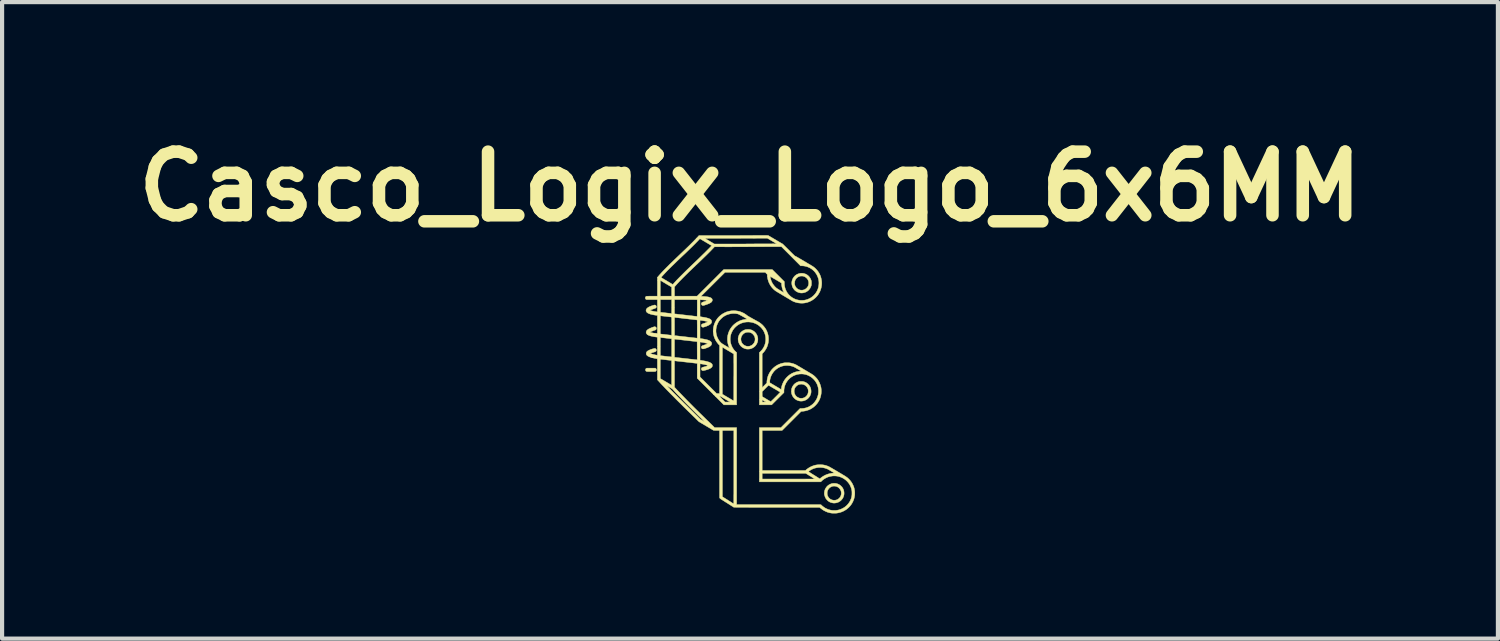
<source format=kicad_pcb>
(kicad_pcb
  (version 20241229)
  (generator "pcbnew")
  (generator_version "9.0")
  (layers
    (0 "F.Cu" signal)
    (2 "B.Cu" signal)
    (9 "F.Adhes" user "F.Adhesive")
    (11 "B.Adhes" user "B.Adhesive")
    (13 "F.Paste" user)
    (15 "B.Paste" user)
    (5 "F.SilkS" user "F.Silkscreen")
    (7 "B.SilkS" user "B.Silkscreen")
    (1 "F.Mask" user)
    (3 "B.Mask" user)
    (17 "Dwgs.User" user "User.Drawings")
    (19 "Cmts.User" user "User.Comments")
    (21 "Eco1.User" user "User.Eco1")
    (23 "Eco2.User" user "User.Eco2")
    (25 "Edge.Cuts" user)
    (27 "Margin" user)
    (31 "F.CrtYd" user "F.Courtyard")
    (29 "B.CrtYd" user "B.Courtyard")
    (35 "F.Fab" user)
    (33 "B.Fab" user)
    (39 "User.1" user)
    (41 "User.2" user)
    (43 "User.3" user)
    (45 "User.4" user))
  (footprint "Casco_Logix_Logo_6x6MM"
    (layer "F.Cu")
    (at 14.921 5.918)
    (property "Reference" "Casco_Logix_Logo_6x6MM" (at 0 -4.5 0) (layer "F.SilkS") (effects (font (size 1.524 1.524) (thickness 0.3))))
    (attr through_hole)
    (fp_poly (pts (xy -2.401 -0.147) (xy -2.38 -0.147) (xy -2.368 -0.147) (xy -2.268 -0.147) (xy -2.26 -0.14) (xy -2.25 -0.13) (xy -2.244 -0.118) (xy -2.243 -0.105) (xy -2.245 -0.092) (xy -2.246 -0.091) (xy -2.251 -0.081) (xy -2.258 -0.074) (xy -2.266 -0.069) (xy -2.269 -0.068) (xy -2.272 -0.067) (xy -2.276 -0.066) (xy -2.281 -0.066) (xy -2.288 -0.065) (xy -2.297 -0.065) (xy -2.309 -0.065) (xy -2.324 -0.065) (xy -2.343 -0.065) (xy -2.366 -0.065) (xy -2.374 -0.065) (xy -2.398 -0.065) (xy -2.418 -0.065) (xy -2.434 -0.065) (xy -2.447 -0.065) (xy -2.457 -0.065) (xy -2.464 -0.066) (xy -2.47 -0.066) (xy -2.474 -0.067) (xy -2.478 -0.068) (xy -2.48 -0.069) (xy -2.481 -0.069) (xy -2.492 -0.076) (xy -2.5 -0.086) (xy -2.504 -0.099) (xy -2.505 -0.112) (xy -2.503 -0.121) (xy -2.499 -0.129) (xy -2.492 -0.137) (xy -2.484 -0.143) (xy -2.475 -0.146) (xy -2.475 -0.147) (xy -2.471 -0.147) (xy -2.463 -0.147) (xy -2.451 -0.147) (xy -2.437 -0.147) (xy -2.42 -0.147) (xy -2.401 -0.147)) (stroke (width 0.01) (type solid)) (fill yes) (layer "F.SilkS"))
    (fp_poly (pts (xy 1.279 -2.418) (xy 1.309 -2.41) (xy 1.339 -2.399) (xy 1.367 -2.383) (xy 1.368 -2.382) (xy 1.394 -2.362) (xy 1.417 -2.338) (xy 1.436 -2.312) (xy 1.452 -2.283) (xy 1.465 -2.251) (xy 1.466 -2.248) (xy 1.468 -2.24) (xy 1.469 -2.233) (xy 1.471 -2.227) (xy 1.471 -2.219) (xy 1.472 -2.21) (xy 1.472 -2.197) (xy 1.472 -2.184) (xy 1.472 -2.169) (xy 1.472 -2.157) (xy 1.471 -2.148) (xy 1.47 -2.141) (xy 1.469 -2.134) (xy 1.467 -2.127) (xy 1.466 -2.121) (xy 1.453 -2.089) (xy 1.438 -2.059) (xy 1.418 -2.033) (xy 1.396 -2.009) (xy 1.37 -1.989) (xy 1.342 -1.972) (xy 1.336 -1.97) (xy 1.312 -1.96) (xy 1.286 -1.953) (xy 1.26 -1.949) (xy 1.235 -1.947) (xy 1.218 -1.948) (xy 1.183 -1.954) (xy 1.151 -1.964) (xy 1.122 -1.978) (xy 1.095 -1.995) (xy 1.07 -2.016) (xy 1.065 -2.022) (xy 1.044 -2.047) (xy 1.027 -2.074) (xy 1.014 -2.103) (xy 1.006 -2.133) (xy 1.001 -2.163) (xy 1 -2.192) (xy 1.067 -2.192) (xy 1.068 -2.165) (xy 1.073 -2.139) (xy 1.082 -2.115) (xy 1.095 -2.092) (xy 1.111 -2.071) (xy 1.13 -2.053) (xy 1.152 -2.038) (xy 1.176 -2.026) (xy 1.185 -2.023) (xy 1.212 -2.017) (xy 1.239 -2.015) (xy 1.268 -2.018) (xy 1.281 -2.021) (xy 1.305 -2.029) (xy 1.327 -2.041) (xy 1.348 -2.058) (xy 1.355 -2.064) (xy 1.373 -2.085) (xy 1.387 -2.105) (xy 1.397 -2.127) (xy 1.403 -2.151) (xy 1.406 -2.177) (xy 1.406 -2.199) (xy 1.403 -2.219) (xy 1.398 -2.239) (xy 1.389 -2.259) (xy 1.389 -2.26) (xy 1.376 -2.282) (xy 1.359 -2.302) (xy 1.339 -2.32) (xy 1.317 -2.334) (xy 1.294 -2.345) (xy 1.267 -2.352) (xy 1.241 -2.354) (xy 1.215 -2.353) (xy 1.19 -2.348) (xy 1.166 -2.339) (xy 1.143 -2.326) (xy 1.123 -2.311) (xy 1.105 -2.292) (xy 1.09 -2.271) (xy 1.079 -2.247) (xy 1.071 -2.22) (xy 1.07 -2.219) (xy 1.067 -2.192) (xy 1 -2.192) (xy 1 -2.194) (xy 1.003 -2.224) (xy 1.01 -2.254) (xy 1.021 -2.283) (xy 1.036 -2.31) (xy 1.055 -2.336) (xy 1.075 -2.358) (xy 1.1 -2.378) (xy 1.127 -2.395) (xy 1.156 -2.407) (xy 1.186 -2.416) (xy 1.217 -2.421) (xy 1.248 -2.421) (xy 1.279 -2.418)) (stroke (width 0.01) (type solid)) (fill yes) (layer "F.SilkS"))
    (fp_poly (pts (xy -0.033 -1.075) (xy -0.021 -1.074) (xy -0.011 -1.074) (xy -0.003 -1.073) (xy 0.004 -1.071) (xy 0.012 -1.069) (xy 0.043 -1.059) (xy 0.071 -1.044) (xy 0.098 -1.026) (xy 0.114 -1.012) (xy 0.131 -0.994) (xy 0.145 -0.976) (xy 0.157 -0.958) (xy 0.163 -0.946) (xy 0.176 -0.916) (xy 0.184 -0.886) (xy 0.188 -0.855) (xy 0.188 -0.824) (xy 0.184 -0.794) (xy 0.176 -0.765) (xy 0.165 -0.737) (xy 0.15 -0.711) (xy 0.132 -0.686) (xy 0.11 -0.664) (xy 0.086 -0.645) (xy 0.059 -0.629) (xy 0.029 -0.616) (xy 0.027 -0.615) (xy 0.002 -0.608) (xy -0.025 -0.604) (xy -0.053 -0.603) (xy -0.079 -0.605) (xy -0.084 -0.605) (xy -0.112 -0.611) (xy -0.14 -0.621) (xy -0.167 -0.635) (xy -0.192 -0.651) (xy -0.214 -0.67) (xy -0.219 -0.675) (xy -0.24 -0.701) (xy -0.257 -0.728) (xy -0.27 -0.756) (xy -0.279 -0.786) (xy -0.284 -0.816) (xy -0.285 -0.845) (xy -0.219 -0.845) (xy -0.217 -0.819) (xy -0.212 -0.793) (xy -0.203 -0.768) (xy -0.189 -0.744) (xy -0.181 -0.733) (xy -0.163 -0.714) (xy -0.141 -0.698) (xy -0.118 -0.685) (xy -0.093 -0.676) (xy -0.077 -0.672) (xy -0.065 -0.671) (xy -0.05 -0.67) (xy -0.033 -0.671) (xy -0.018 -0.673) (xy -0.005 -0.676) (xy -0.001 -0.677) (xy 0.025 -0.687) (xy 0.049 -0.701) (xy 0.071 -0.719) (xy 0.088 -0.74) (xy 0.103 -0.763) (xy 0.104 -0.765) (xy 0.112 -0.785) (xy 0.118 -0.805) (xy 0.12 -0.826) (xy 0.121 -0.841) (xy 0.119 -0.868) (xy 0.113 -0.893) (xy 0.103 -0.917) (xy 0.088 -0.939) (xy 0.07 -0.96) (xy 0.061 -0.969) (xy 0.053 -0.976) (xy 0.045 -0.982) (xy 0.036 -0.987) (xy 0.028 -0.991) (xy 0.009 -0.999) (xy -0.007 -1.005) (xy -0.024 -1.008) (xy -0.043 -1.009) (xy -0.049 -1.009) (xy -0.077 -1.007) (xy -0.103 -1.001) (xy -0.127 -0.991) (xy -0.149 -0.976) (xy -0.164 -0.963) (xy -0.183 -0.943) (xy -0.198 -0.92) (xy -0.209 -0.896) (xy -0.216 -0.871) (xy -0.219 -0.845) (xy -0.285 -0.845) (xy -0.286 -0.847) (xy -0.283 -0.877) (xy -0.276 -0.907) (xy -0.265 -0.936) (xy -0.251 -0.964) (xy -0.232 -0.99) (xy -0.217 -1.007) (xy -0.198 -1.024) (xy -0.179 -1.038) (xy -0.158 -1.05) (xy -0.15 -1.054) (xy -0.133 -1.061) (xy -0.119 -1.067) (xy -0.105 -1.071) (xy -0.09 -1.073) (xy -0.073 -1.074) (xy -0.053 -1.075) (xy -0.048 -1.075) (xy -0.033 -1.075)) (stroke (width 0.01) (type solid)) (fill yes) (layer "F.SilkS"))
    (fp_poly (pts (xy 2.026 2.613) (xy 2.045 2.614) (xy 2.063 2.616) (xy 2.072 2.618) (xy 2.104 2.628) (xy 2.134 2.642) (xy 2.161 2.66) (xy 2.185 2.682) (xy 2.202 2.7) (xy 2.221 2.727) (xy 2.236 2.756) (xy 2.246 2.786) (xy 2.252 2.818) (xy 2.254 2.85) (xy 2.252 2.883) (xy 2.245 2.915) (xy 2.234 2.945) (xy 2.22 2.973) (xy 2.2 2.999) (xy 2.183 3.018) (xy 2.157 3.04) (xy 2.129 3.058) (xy 2.1 3.071) (xy 2.069 3.08) (xy 2.037 3.085) (xy 2.004 3.086) (xy 1.993 3.085) (xy 1.962 3.079) (xy 1.932 3.07) (xy 1.903 3.057) (xy 1.877 3.04) (xy 1.854 3.02) (xy 1.833 2.997) (xy 1.815 2.972) (xy 1.801 2.944) (xy 1.79 2.914) (xy 1.783 2.883) (xy 1.781 2.861) (xy 1.781 2.852) (xy 1.849 2.852) (xy 1.849 2.868) (xy 1.851 2.882) (xy 1.853 2.891) (xy 1.862 2.917) (xy 1.875 2.941) (xy 1.892 2.963) (xy 1.913 2.983) (xy 1.935 2.998) (xy 1.956 3.007) (xy 1.979 3.014) (xy 2.003 3.018) (xy 2.028 3.018) (xy 2.052 3.015) (xy 2.071 3.01) (xy 2.092 3.002) (xy 2.111 2.991) (xy 2.128 2.977) (xy 2.138 2.967) (xy 2.148 2.957) (xy 2.155 2.949) (xy 2.161 2.94) (xy 2.167 2.93) (xy 2.169 2.926) (xy 2.177 2.907) (xy 2.182 2.891) (xy 2.185 2.874) (xy 2.187 2.855) (xy 2.187 2.849) (xy 2.185 2.824) (xy 2.181 2.802) (xy 2.173 2.78) (xy 2.168 2.771) (xy 2.153 2.748) (xy 2.135 2.727) (xy 2.114 2.709) (xy 2.091 2.696) (xy 2.074 2.689) (xy 2.058 2.684) (xy 2.041 2.681) (xy 2.022 2.68) (xy 2.018 2.68) (xy 2 2.68) (xy 1.984 2.682) (xy 1.97 2.686) (xy 1.954 2.692) (xy 1.94 2.699) (xy 1.929 2.704) (xy 1.92 2.71) (xy 1.911 2.716) (xy 1.902 2.725) (xy 1.898 2.729) (xy 1.888 2.739) (xy 1.881 2.747) (xy 1.876 2.755) (xy 1.871 2.764) (xy 1.866 2.773) (xy 1.861 2.784) (xy 1.857 2.795) (xy 1.853 2.805) (xy 1.852 2.81) (xy 1.85 2.822) (xy 1.849 2.836) (xy 1.849 2.852) (xy 1.781 2.852) (xy 1.781 2.829) (xy 1.786 2.797) (xy 1.795 2.767) (xy 1.808 2.739) (xy 1.824 2.713) (xy 1.843 2.689) (xy 1.866 2.667) (xy 1.891 2.649) (xy 1.919 2.634) (xy 1.949 2.622) (xy 1.973 2.616) (xy 1.988 2.614) (xy 2.007 2.613) (xy 2.026 2.613)) (stroke (width 0.01) (type solid)) (fill yes) (layer "F.SilkS"))
    (fp_poly (pts (xy 1.245 0.17) (xy 1.263 0.172) (xy 1.278 0.174) (xy 1.282 0.175) (xy 1.311 0.185) (xy 1.337 0.196) (xy 1.361 0.211) (xy 1.383 0.229) (xy 1.389 0.234) (xy 1.412 0.259) (xy 1.431 0.285) (xy 1.445 0.313) (xy 1.455 0.342) (xy 1.461 0.374) (xy 1.463 0.396) (xy 1.463 0.429) (xy 1.458 0.461) (xy 1.448 0.491) (xy 1.435 0.52) (xy 1.422 0.541) (xy 1.404 0.563) (xy 1.383 0.584) (xy 1.36 0.602) (xy 1.334 0.617) (xy 1.308 0.629) (xy 1.28 0.637) (xy 1.254 0.641) (xy 1.245 0.642) (xy 1.236 0.642) (xy 1.231 0.643) (xy 1.231 0.643) (xy 1.226 0.643) (xy 1.218 0.643) (xy 1.208 0.642) (xy 1.204 0.642) (xy 1.173 0.637) (xy 1.142 0.627) (xy 1.113 0.614) (xy 1.086 0.596) (xy 1.062 0.575) (xy 1.06 0.573) (xy 1.038 0.549) (xy 1.021 0.523) (xy 1.007 0.494) (xy 0.997 0.465) (xy 0.995 0.457) (xy 0.994 0.45) (xy 0.993 0.442) (xy 0.992 0.433) (xy 0.992 0.42) (xy 0.992 0.413) (xy 1.058 0.413) (xy 1.058 0.414) (xy 1.062 0.442) (xy 1.069 0.468) (xy 1.081 0.492) (xy 1.096 0.514) (xy 1.114 0.533) (xy 1.136 0.549) (xy 1.161 0.562) (xy 1.188 0.572) (xy 1.2 0.574) (xy 1.214 0.575) (xy 1.231 0.575) (xy 1.247 0.574) (xy 1.262 0.572) (xy 1.269 0.57) (xy 1.295 0.562) (xy 1.319 0.549) (xy 1.34 0.533) (xy 1.358 0.514) (xy 1.373 0.493) (xy 1.385 0.469) (xy 1.392 0.443) (xy 1.396 0.416) (xy 1.396 0.396) (xy 1.393 0.369) (xy 1.385 0.343) (xy 1.373 0.319) (xy 1.357 0.297) (xy 1.351 0.291) (xy 1.33 0.271) (xy 1.307 0.256) (xy 1.283 0.245) (xy 1.257 0.239) (xy 1.23 0.236) (xy 1.203 0.238) (xy 1.175 0.244) (xy 1.17 0.246) (xy 1.154 0.252) (xy 1.14 0.26) (xy 1.127 0.27) (xy 1.112 0.283) (xy 1.107 0.288) (xy 1.097 0.298) (xy 1.09 0.306) (xy 1.085 0.313) (xy 1.08 0.322) (xy 1.075 0.33) (xy 1.067 0.351) (xy 1.061 0.371) (xy 1.058 0.391) (xy 1.058 0.413) (xy 0.992 0.413) (xy 0.992 0.405) (xy 0.992 0.39) (xy 0.992 0.378) (xy 0.993 0.369) (xy 0.994 0.362) (xy 0.995 0.355) (xy 0.997 0.348) (xy 0.998 0.343) (xy 1.01 0.311) (xy 1.026 0.281) (xy 1.045 0.255) (xy 1.067 0.231) (xy 1.093 0.211) (xy 1.121 0.194) (xy 1.151 0.181) (xy 1.173 0.175) (xy 1.188 0.172) (xy 1.206 0.17) (xy 1.225 0.17) (xy 1.245 0.17)) (stroke (width 0.01) (type solid)) (fill yes) (layer "F.SilkS"))
    (fp_poly (pts (xy 0.319 -3.327) (xy 0.34 -3.327) (xy 0.359 -3.327) (xy 0.375 -3.327) (xy 0.388 -3.327) (xy 0.4 -3.327) (xy 0.41 -3.327) (xy 0.417 -3.326) (xy 0.424 -3.326) (xy 0.428 -3.326) (xy 0.432 -3.325) (xy 0.434 -3.325) (xy 0.436 -3.325) (xy 0.436 -3.325) (xy 0.44 -3.323) (xy 0.447 -3.319) (xy 0.457 -3.313) (xy 0.47 -3.305) (xy 0.486 -3.296) (xy 0.504 -3.285) (xy 0.525 -3.273) (xy 0.547 -3.26) (xy 0.571 -3.246) (xy 0.596 -3.231) (xy 0.61 -3.223) (xy 0.636 -3.208) (xy 0.66 -3.193) (xy 0.683 -3.18) (xy 0.704 -3.167) (xy 0.723 -3.156) (xy 0.74 -3.146) (xy 0.754 -3.138) (xy 0.765 -3.132) (xy 0.773 -3.127) (xy 0.778 -3.125) (xy 0.779 -3.124) (xy 0.781 -3.123) (xy 0.786 -3.118) (xy 0.794 -3.111) (xy 0.804 -3.101) (xy 0.817 -3.088) (xy 0.831 -3.074) (xy 0.848 -3.057) (xy 0.866 -3.039) (xy 0.886 -3.02) (xy 0.906 -2.999) (xy 0.927 -2.979) (xy 0.949 -2.957) (xy 0.969 -2.937) (xy 0.989 -2.917) (xy 1.007 -2.899) (xy 1.023 -2.883) (xy 1.038 -2.869) (xy 1.051 -2.856) (xy 1.061 -2.847) (xy 1.069 -2.839) (xy 1.074 -2.835) (xy 1.076 -2.833) (xy 1.079 -2.833) (xy 1.084 -2.831) (xy 1.092 -2.827) (xy 1.102 -2.822) (xy 1.115 -2.815) (xy 1.13 -2.806) (xy 1.149 -2.796) (xy 1.17 -2.783) (xy 1.195 -2.769) (xy 1.224 -2.752) (xy 1.256 -2.733) (xy 1.282 -2.718) (xy 1.307 -2.703) (xy 1.333 -2.688) (xy 1.357 -2.673) (xy 1.38 -2.659) (xy 1.402 -2.646) (xy 1.421 -2.635) (xy 1.439 -2.625) (xy 1.453 -2.616) (xy 1.464 -2.609) (xy 1.472 -2.605) (xy 1.473 -2.604) (xy 1.501 -2.587) (xy 1.525 -2.57) (xy 1.547 -2.553) (xy 1.568 -2.534) (xy 1.6 -2.5) (xy 1.629 -2.464) (xy 1.654 -2.425) (xy 1.675 -2.385) (xy 1.692 -2.343) (xy 1.704 -2.299) (xy 1.713 -2.255) (xy 1.718 -2.21) (xy 1.718 -2.164) (xy 1.714 -2.118) (xy 1.705 -2.073) (xy 1.693 -2.032) (xy 1.677 -1.989) (xy 1.656 -1.948) (xy 1.632 -1.909) (xy 1.604 -1.873) (xy 1.573 -1.84) (xy 1.539 -1.81) (xy 1.502 -1.783) (xy 1.463 -1.76) (xy 1.422 -1.74) (xy 1.378 -1.724) (xy 1.347 -1.716) (xy 1.306 -1.708) (xy 1.263 -1.704) (xy 1.219 -1.704) (xy 1.176 -1.708) (xy 1.134 -1.714) (xy 1.106 -1.722) (xy 1.079 -1.73) (xy 1.053 -1.739) (xy 1.029 -1.75) (xy 1.004 -1.763) (xy 0.978 -1.779) (xy 0.973 -1.782) (xy 0.968 -1.785) (xy 0.958 -1.791) (xy 0.946 -1.798) (xy 0.931 -1.807) (xy 0.913 -1.818) (xy 0.892 -1.83) (xy 0.87 -1.843) (xy 0.847 -1.857) (xy 0.822 -1.872) (xy 0.796 -1.887) (xy 0.787 -1.892) (xy 0.762 -1.908) (xy 0.737 -1.923) (xy 0.713 -1.937) (xy 0.69 -1.95) (xy 0.67 -1.963) (xy 0.651 -1.974) (xy 0.635 -1.984) (xy 0.622 -1.992) (xy 0.612 -1.999) (xy 0.605 -2.003) (xy 0.604 -2.004) (xy 0.568 -2.034) (xy 0.536 -2.067) (xy 0.507 -2.102) (xy 0.482 -2.141) (xy 0.46 -2.182) (xy 0.442 -2.224) (xy 0.429 -2.269) (xy 0.423 -2.296) (xy 0.42 -2.311) (xy 0.418 -2.329) (xy 0.416 -2.343) (xy 0.483 -2.343) (xy 0.484 -2.336) (xy 0.485 -2.327) (xy 0.487 -2.316) (xy 0.489 -2.305) (xy 0.492 -2.293) (xy 0.494 -2.283) (xy 0.494 -2.283) (xy 0.507 -2.243) (xy 0.524 -2.204) (xy 0.544 -2.168) (xy 0.569 -2.133) (xy 0.596 -2.101) (xy 0.627 -2.071) (xy 0.647 -2.055) (xy 0.651 -2.053) (xy 0.659 -2.048) (xy 0.669 -2.042) (xy 0.681 -2.034) (xy 0.695 -2.026) (xy 0.71 -2.016) (xy 0.725 -2.007) (xy 0.741 -1.998) (xy 0.756 -1.989) (xy 0.77 -1.98) (xy 0.783 -1.973) (xy 0.794 -1.966) (xy 0.802 -1.962) (xy 0.807 -1.959) (xy 0.809 -1.958) (xy 0.81 -1.959) (xy 0.81 -1.959) (xy 0.81 -1.961) (xy 0.807 -1.967) (xy 0.803 -1.975) (xy 0.8 -1.982) (xy 0.789 -2.009) (xy 0.778 -2.039) (xy 0.769 -2.071) (xy 0.763 -2.103) (xy 0.758 -2.134) (xy 0.755 -2.163) (xy 0.755 -2.174) (xy 0.755 -2.186) (xy 0.62 -2.266) (xy 0.597 -2.28) (xy 0.575 -2.292) (xy 0.555 -2.304) (xy 0.537 -2.315) (xy 0.521 -2.324) (xy 0.507 -2.332) (xy 0.496 -2.338) (xy 0.488 -2.343) (xy 0.484 -2.345) (xy 0.483 -2.345) (xy 0.483 -2.343) (xy 0.416 -2.343) (xy 0.416 -2.346) (xy 0.414 -2.363) (xy 0.413 -2.378) (xy 0.413 -2.382) (xy 0.413 -2.393) (xy 0.388 -2.418) (xy 0.364 -2.443) (xy -0.118 -2.443) (xy -0.599 -2.443) (xy -0.887 -2.156) (xy -1.175 -1.869) (xy -1.128 -1.866) (xy -1.095 -1.864) (xy -1.064 -1.861) (xy -1.036 -1.858) (xy -1.011 -1.854) (xy -0.989 -1.85) (xy -0.984 -1.848) (xy -0.96 -1.841) (xy -0.94 -1.833) (xy -0.924 -1.822) (xy -0.913 -1.81) (xy -0.906 -1.797) (xy -0.903 -1.781) (xy -0.903 -1.774) (xy -0.906 -1.759) (xy -0.912 -1.747) (xy -0.921 -1.734) (xy -0.924 -1.731) (xy -0.936 -1.722) (xy -0.95 -1.712) (xy -0.967 -1.702) (xy -0.987 -1.693) (xy -1.011 -1.683) (xy -1.04 -1.672) (xy -1.062 -1.665) (xy -1.08 -1.659) (xy -1.095 -1.654) (xy -1.106 -1.651) (xy -1.114 -1.649) (xy -1.121 -1.647) (xy -1.127 -1.647) (xy -1.131 -1.647) (xy -1.136 -1.648) (xy -1.137 -1.649) (xy -1.148 -1.654) (xy -1.157 -1.663) (xy -1.164 -1.673) (xy -1.167 -1.685) (xy -1.167 -1.696) (xy -1.163 -1.706) (xy -1.156 -1.716) (xy -1.148 -1.723) (xy -1.144 -1.725) (xy -1.139 -1.727) (xy -1.13 -1.73) (xy -1.119 -1.734) (xy -1.106 -1.738) (xy -1.1 -1.74) (xy -1.086 -1.745) (xy -1.07 -1.75) (xy -1.056 -1.755) (xy -1.044 -1.759) (xy -1.042 -1.76) (xy -1.031 -1.764) (xy -1.025 -1.767) (xy -1.022 -1.769) (xy -1.021 -1.771) (xy -1.023 -1.771) (xy -1.029 -1.773) (xy -1.039 -1.774) (xy -1.053 -1.776) (xy -1.068 -1.778) (xy -1.085 -1.779) (xy -1.103 -1.781) (xy -1.121 -1.782) (xy -1.128 -1.783) (xy -1.143 -1.783) (xy -1.157 -1.784) (xy -1.169 -1.785) (xy -1.179 -1.786) (xy -1.184 -1.786) (xy -1.198 -1.787) (xy -1.198 -1.583) (xy -1.198 -1.544) (xy -1.198 -1.509) (xy -1.198 -1.478) (xy -1.198 -1.451) (xy -1.198 -1.428) (xy -1.198 -1.409) (xy -1.197 -1.395) (xy -1.197 -1.385) (xy -1.196 -1.38) (xy -1.196 -1.379) (xy -1.191 -1.378) (xy -1.182 -1.377) (xy -1.17 -1.376) (xy -1.156 -1.374) (xy -1.141 -1.371) (xy -1.124 -1.369) (xy -1.108 -1.366) (xy -1.093 -1.364) (xy -1.08 -1.361) (xy -1.069 -1.359) (xy -1.068 -1.359) (xy -1.035 -1.351) (xy -1.006 -1.343) (xy -0.981 -1.334) (xy -0.961 -1.324) (xy -0.944 -1.313) (xy -0.932 -1.3) (xy -0.924 -1.287) (xy -0.92 -1.272) (xy -0.919 -1.262) (xy -0.92 -1.247) (xy -0.925 -1.232) (xy -0.934 -1.218) (xy -0.946 -1.205) (xy -0.963 -1.192) (xy -0.984 -1.179) (xy -1.008 -1.167) (xy -1.036 -1.155) (xy -1.05 -1.149) (xy -1.066 -1.144) (xy -1.081 -1.139) (xy -1.095 -1.134) (xy -1.108 -1.131) (xy -1.118 -1.128) (xy -1.125 -1.127) (xy -1.126 -1.127) (xy -1.139 -1.129) (xy -1.15 -1.135) (xy -1.159 -1.144) (xy -1.165 -1.154) (xy -1.167 -1.167) (xy -1.166 -1.179) (xy -1.163 -1.187) (xy -1.159 -1.193) (xy -1.154 -1.199) (xy -1.146 -1.204) (xy -1.135 -1.209) (xy -1.12 -1.214) (xy -1.114 -1.216) (xy -1.094 -1.222) (xy -1.074 -1.23) (xy -1.056 -1.237) (xy -1.04 -1.244) (xy -1.027 -1.25) (xy -1.023 -1.252) (xy -1.014 -1.258) (xy -1.024 -1.262) (xy -1.036 -1.266) (xy -1.052 -1.27) (xy -1.071 -1.275) (xy -1.093 -1.279) (xy -1.116 -1.283) (xy -1.139 -1.287) (xy -1.162 -1.29) (xy -1.167 -1.291) (xy -1.177 -1.292) (xy -1.186 -1.293) (xy -1.192 -1.294) (xy -1.193 -1.294) (xy -1.198 -1.295) (xy -1.198 -0.858) (xy -1.161 -0.852) (xy -1.138 -0.849) (xy -1.113 -0.845) (xy -1.089 -0.84) (xy -1.066 -0.835) (xy -1.044 -0.831) (xy -1.026 -0.826) (xy -1.02 -0.824) (xy -0.993 -0.815) (xy -0.97 -0.804) (xy -0.951 -0.793) (xy -0.937 -0.78) (xy -0.926 -0.766) (xy -0.92 -0.751) (xy -0.919 -0.738) (xy -0.92 -0.723) (xy -0.925 -0.709) (xy -0.932 -0.696) (xy -0.944 -0.683) (xy -0.959 -0.671) (xy -0.978 -0.659) (xy -1.001 -0.648) (xy -1.028 -0.636) (xy -1.06 -0.625) (xy -1.065 -0.623) (xy -1.08 -0.618) (xy -1.092 -0.614) (xy -1.102 -0.611) (xy -1.109 -0.61) (xy -1.116 -0.609) (xy -1.123 -0.609) (xy -1.125 -0.609) (xy -1.134 -0.609) (xy -1.14 -0.609) (xy -1.145 -0.611) (xy -1.15 -0.614) (xy -1.151 -0.615) (xy -1.16 -0.625) (xy -1.166 -0.636) (xy -1.168 -0.649) (xy -1.165 -0.661) (xy -1.158 -0.673) (xy -1.155 -0.677) (xy -1.148 -0.682) (xy -1.14 -0.687) (xy -1.129 -0.69) (xy -1.112 -0.695) (xy -1.094 -0.701) (xy -1.077 -0.707) (xy -1.06 -0.713) (xy -1.046 -0.719) (xy -1.034 -0.724) (xy -1.032 -0.725) (xy -1.015 -0.734) (xy -1.024 -0.738) (xy -1.035 -0.742) (xy -1.05 -0.746) (xy -1.068 -0.75) (xy -1.089 -0.755) (xy -1.113 -0.76) (xy -1.14 -0.765) (xy -1.167 -0.769) (xy -1.19 -0.773) (xy -1.198 -0.774) (xy -1.198 -0.337) (xy -1.191 -0.336) (xy -1.165 -0.332) (xy -1.143 -0.328) (xy -1.124 -0.325) (xy -1.108 -0.322) (xy -1.095 -0.32) (xy -1.085 -0.318) (xy -1.075 -0.316) (xy -1.067 -0.315) (xy -1.06 -0.313) (xy -1.058 -0.313) (xy -1.024 -0.304) (xy -0.994 -0.295) (xy -0.968 -0.286) (xy -0.947 -0.275) (xy -0.93 -0.264) (xy -0.917 -0.252) (xy -0.908 -0.24) (xy -0.902 -0.226) (xy -0.901 -0.211) (xy -0.902 -0.199) (xy -0.906 -0.186) (xy -0.912 -0.175) (xy -0.917 -0.169) (xy -0.931 -0.156) (xy -0.95 -0.143) (xy -0.973 -0.131) (xy -1.001 -0.12) (xy -1.032 -0.109) (xy -1.068 -0.099) (xy -1.1 -0.091) (xy -1.115 -0.088) (xy -1.127 -0.087) (xy -1.136 -0.088) (xy -1.143 -0.09) (xy -1.15 -0.095) (xy -1.155 -0.099) (xy -1.163 -0.11) (xy -1.167 -0.122) (xy -1.167 -0.135) (xy -1.163 -0.147) (xy -1.155 -0.158) (xy -1.153 -0.16) (xy -1.148 -0.163) (xy -1.14 -0.166) (xy -1.129 -0.17) (xy -1.113 -0.174) (xy -1.111 -0.174) (xy -1.081 -0.182) (xy -1.054 -0.19) (xy -1.033 -0.197) (xy -1.017 -0.203) (xy -1.001 -0.21) (xy -1.008 -0.212) (xy -1.016 -0.215) (xy -1.027 -0.218) (xy -1.04 -0.222) (xy -1.054 -0.226) (xy -1.068 -0.229) (xy -1.081 -0.232) (xy -1.084 -0.233) (xy -1.093 -0.235) (xy -1.104 -0.237) (xy -1.118 -0.24) (xy -1.132 -0.242) (xy -1.147 -0.245) (xy -1.161 -0.247) (xy -1.174 -0.249) (xy -1.184 -0.25) (xy -1.191 -0.251) (xy -1.194 -0.252) (xy -1.195 -0.252) (xy -1.196 -0.251) (xy -1.196 -0.249) (xy -1.197 -0.246) (xy -1.197 -0.242) (xy -1.198 -0.236) (xy -1.198 -0.228) (xy -1.198 -0.217) (xy -1.198 -0.204) (xy -1.198 -0.187) (xy -1.198 -0.167) (xy -1.198 -0.143) (xy -1.198 -0.115) (xy -1.198 -0.094) (xy -1.198 0.064) (xy -0.801 0.461) (xy -0.73 0.462) (xy -0.73 -0.093) (xy -0.663 -0.093) (xy -0.663 0.477) (xy -0.526 0.558) (xy -0.389 0.639) (xy -0.389 0.077) (xy -0.388 0.026) (xy -0.388 -0.023) (xy -0.388 -0.071) (xy -0.388 -0.118) (xy -0.388 -0.162) (xy -0.388 -0.205) (xy -0.388 -0.245) (xy -0.389 -0.283) (xy -0.389 -0.319) (xy -0.389 -0.351) (xy -0.389 -0.381) (xy -0.389 -0.407) (xy -0.389 -0.43) (xy -0.389 -0.45) (xy -0.389 -0.465) (xy -0.389 -0.477) (xy -0.389 -0.484) (xy -0.39 -0.487) (xy -0.39 -0.487) (xy -0.392 -0.489) (xy -0.398 -0.492) (xy -0.407 -0.498) (xy -0.418 -0.505) (xy -0.433 -0.513) (xy -0.449 -0.523) (xy -0.466 -0.533) (xy -0.485 -0.545) (xy -0.505 -0.556) (xy -0.525 -0.568) (xy -0.545 -0.58) (xy -0.565 -0.592) (xy -0.584 -0.603) (xy -0.602 -0.614) (xy -0.618 -0.623) (xy -0.632 -0.632) (xy -0.644 -0.639) (xy -0.653 -0.644) (xy -0.659 -0.647) (xy -0.662 -0.649) (xy -0.662 -0.649) (xy -0.662 -0.647) (xy -0.662 -0.64) (xy -0.662 -0.629) (xy -0.662 -0.614) (xy -0.662 -0.595) (xy -0.662 -0.573) (xy -0.662 -0.547) (xy -0.662 -0.518) (xy -0.662 -0.486) (xy -0.662 -0.451) (xy -0.663 -0.413) (xy -0.663 -0.373) (xy -0.663 -0.331) (xy -0.663 -0.287) (xy -0.663 -0.241) (xy -0.663 -0.193) (xy -0.663 -0.144) (xy -0.663 -0.093) (xy -0.73 -0.093) (xy -0.73 -0.694) (xy -0.744 -0.708) (xy -0.751 -0.715) (xy -0.76 -0.725) (xy -0.769 -0.736) (xy -0.776 -0.745) (xy -0.804 -0.782) (xy -0.828 -0.822) (xy -0.847 -0.863) (xy -0.863 -0.906) (xy -0.874 -0.95) (xy -0.881 -0.995) (xy -0.882 -1.028) (xy -0.816 -1.028) (xy -0.812 -0.986) (xy -0.804 -0.946) (xy -0.792 -0.906) (xy -0.776 -0.869) (xy -0.761 -0.841) (xy -0.746 -0.815) (xy -0.728 -0.791) (xy -0.72 -0.782) (xy -0.713 -0.773) (xy -0.706 -0.765) (xy -0.699 -0.758) (xy -0.691 -0.751) (xy -0.683 -0.744) (xy -0.674 -0.737) (xy -0.663 -0.729) (xy -0.65 -0.721) (xy -0.634 -0.711) (xy -0.616 -0.7) (xy -0.594 -0.687) (xy -0.584 -0.681) (xy -0.563 -0.668) (xy -0.544 -0.658) (xy -0.53 -0.649) (xy -0.518 -0.642) (xy -0.509 -0.637) (xy -0.502 -0.633) (xy -0.497 -0.63) (xy -0.494 -0.629) (xy -0.493 -0.628) (xy -0.492 -0.629) (xy -0.492 -0.629) (xy -0.493 -0.631) (xy -0.495 -0.637) (xy -0.499 -0.645) (xy -0.501 -0.649) (xy -0.51 -0.672) (xy -0.519 -0.698) (xy -0.527 -0.724) (xy -0.532 -0.747) (xy -0.539 -0.792) (xy -0.542 -0.838) (xy -0.54 -0.882) (xy -0.534 -0.927) (xy -0.523 -0.97) (xy -0.509 -1.012) (xy -0.491 -1.052) (xy -0.469 -1.091) (xy -0.444 -1.127) (xy -0.415 -1.162) (xy -0.383 -1.193) (xy -0.348 -1.222) (xy -0.31 -1.248) (xy -0.273 -1.268) (xy -0.249 -1.28) (xy -0.224 -1.29) (xy -0.2 -1.298) (xy -0.174 -1.305) (xy -0.145 -1.311) (xy -0.114 -1.317) (xy -0.089 -1.32) (xy -0.076 -1.322) (xy -0.085 -1.331) (xy -0.089 -1.335) (xy -0.095 -1.339) (xy -0.105 -1.346) (xy -0.118 -1.353) (xy -0.134 -1.363) (xy -0.154 -1.374) (xy -0.177 -1.387) (xy -0.186 -1.392) (xy -0.208 -1.404) (xy -0.226 -1.414) (xy -0.241 -1.422) (xy -0.254 -1.429) (xy -0.264 -1.434) (xy -0.272 -1.438) (xy -0.278 -1.441) (xy -0.284 -1.443) (xy -0.289 -1.445) (xy -0.294 -1.446) (xy -0.299 -1.447) (xy -0.3 -1.448) (xy -0.345 -1.455) (xy -0.39 -1.457) (xy -0.434 -1.455) (xy -0.477 -1.448) (xy -0.52 -1.437) (xy -0.562 -1.422) (xy -0.602 -1.402) (xy -0.633 -1.383) (xy -0.651 -1.37) (xy -0.67 -1.354) (xy -0.689 -1.336) (xy -0.708 -1.317) (xy -0.725 -1.298) (xy -0.739 -1.28) (xy -0.742 -1.277) (xy -0.763 -1.243) (xy -0.781 -1.206) (xy -0.796 -1.168) (xy -0.807 -1.128) (xy -0.813 -1.089) (xy -0.815 -1.071) (xy -0.816 -1.028) (xy -0.882 -1.028) (xy -0.883 -1.041) (xy -0.882 -1.075) (xy -0.876 -1.121) (xy -0.866 -1.166) (xy -0.852 -1.21) (xy -0.834 -1.251) (xy -0.812 -1.291) (xy -0.787 -1.329) (xy -0.758 -1.364) (xy -0.725 -1.396) (xy -0.689 -1.425) (xy -0.651 -1.451) (xy -0.61 -1.473) (xy -0.568 -1.492) (xy -0.524 -1.506) (xy -0.479 -1.516) (xy -0.433 -1.522) (xy -0.387 -1.524) (xy -0.342 -1.521) (xy -0.296 -1.515) (xy -0.252 -1.505) (xy -0.209 -1.49) (xy -0.167 -1.472) (xy -0.127 -1.45) (xy -0.089 -1.424) (xy -0.076 -1.413) (xy -0.071 -1.409) (xy -0.064 -1.404) (xy -0.055 -1.399) (xy -0.045 -1.392) (xy -0.032 -1.385) (xy -0.017 -1.376) (xy 0.002 -1.365) (xy 0.024 -1.353) (xy 0.049 -1.339) (xy 0.055 -1.335) (xy 0.077 -1.323) (xy 0.098 -1.312) (xy 0.118 -1.3) (xy 0.137 -1.29) (xy 0.153 -1.281) (xy 0.167 -1.274) (xy 0.178 -1.268) (xy 0.186 -1.263) (xy 0.188 -1.262) (xy 0.226 -1.24) (xy 0.262 -1.213) (xy 0.296 -1.184) (xy 0.327 -1.151) (xy 0.355 -1.116) (xy 0.373 -1.09) (xy 0.396 -1.049) (xy 0.414 -1.006) (xy 0.428 -0.962) (xy 0.438 -0.917) (xy 0.443 -0.871) (xy 0.444 -0.825) (xy 0.443 -0.809) (xy 0.438 -0.763) (xy 0.428 -0.718) (xy 0.414 -0.674) (xy 0.396 -0.632) (xy 0.373 -0.592) (xy 0.347 -0.553) (xy 0.316 -0.517) (xy 0.312 -0.512) (xy 0.291 -0.49) (xy 0.291 0.32) (xy 0.348 0.263) (xy 0.404 0.207) (xy 0.404 0.201) (xy 0.472 0.201) (xy 0.747 0.364) (xy 0.749 0.349) (xy 0.75 0.34) (xy 0.752 0.328) (xy 0.754 0.316) (xy 0.755 0.309) (xy 0.766 0.266) (xy 0.782 0.223) (xy 0.801 0.182) (xy 0.824 0.143) (xy 0.851 0.106) (xy 0.881 0.072) (xy 0.914 0.041) (xy 0.949 0.013) (xy 0.972 -0.002) (xy 1.01 -0.024) (xy 1.049 -0.041) (xy 1.089 -0.055) (xy 1.132 -0.066) (xy 1.178 -0.073) (xy 1.204 -0.076) (xy 1.225 -0.077) (xy 1.151 -0.121) (xy 1.134 -0.131) (xy 1.116 -0.141) (xy 1.1 -0.151) (xy 1.086 -0.159) (xy 1.073 -0.166) (xy 1.064 -0.171) (xy 1.059 -0.174) (xy 1.021 -0.189) (xy 0.981 -0.2) (xy 0.94 -0.207) (xy 0.898 -0.21) (xy 0.856 -0.21) (xy 0.815 -0.205) (xy 0.774 -0.196) (xy 0.755 -0.19) (xy 0.718 -0.176) (xy 0.682 -0.158) (xy 0.648 -0.136) (xy 0.615 -0.111) (xy 0.586 -0.083) (xy 0.575 -0.071) (xy 0.55 -0.039) (xy 0.528 -0.005) (xy 0.509 0.031) (xy 0.494 0.068) (xy 0.483 0.106) (xy 0.475 0.144) (xy 0.473 0.181) (xy 0.472 0.201) (xy 0.404 0.201) (xy 0.404 0.192) (xy 0.405 0.165) (xy 0.409 0.135) (xy 0.415 0.103) (xy 0.422 0.072) (xy 0.431 0.043) (xy 0.441 0.018) (xy 0.462 -0.026) (xy 0.487 -0.066) (xy 0.514 -0.103) (xy 0.545 -0.137) (xy 0.579 -0.168) (xy 0.616 -0.196) (xy 0.655 -0.22) (xy 0.697 -0.24) (xy 0.74 -0.256) (xy 0.786 -0.268) (xy 0.82 -0.274) (xy 0.838 -0.276) (xy 0.86 -0.277) (xy 0.884 -0.277) (xy 0.907 -0.277) (xy 0.929 -0.276) (xy 0.949 -0.274) (xy 0.953 -0.274) (xy 0.988 -0.267) (xy 1.023 -0.258) (xy 1.057 -0.247) (xy 1.089 -0.233) (xy 1.099 -0.229) (xy 1.104 -0.226) (xy 1.112 -0.222) (xy 1.123 -0.215) (xy 1.137 -0.207) (xy 1.154 -0.197) (xy 1.173 -0.186) (xy 1.194 -0.174) (xy 1.216 -0.16) (xy 1.24 -0.147) (xy 1.261 -0.134) (xy 1.286 -0.119) (xy 1.311 -0.104) (xy 1.335 -0.09) (xy 1.359 -0.076) (xy 1.381 -0.063) (xy 1.401 -0.051) (xy 1.419 -0.04) (xy 1.434 -0.031) (xy 1.445 -0.024) (xy 1.451 -0.021) (xy 1.466 -0.012) (xy 1.48 -0.003) (xy 1.494 0.006) (xy 1.507 0.014) (xy 1.516 0.021) (xy 1.517 0.021) (xy 1.53 0.032) (xy 1.545 0.045) (xy 1.561 0.06) (xy 1.576 0.076) (xy 1.591 0.091) (xy 1.603 0.105) (xy 1.609 0.112) (xy 1.636 0.152) (xy 1.659 0.193) (xy 1.677 0.236) (xy 1.692 0.28) (xy 1.702 0.324) (xy 1.707 0.37) (xy 1.708 0.416) (xy 1.705 0.462) (xy 1.697 0.509) (xy 1.685 0.555) (xy 1.683 0.56) (xy 1.667 0.603) (xy 1.646 0.643) (xy 1.622 0.682) (xy 1.594 0.717) (xy 1.563 0.75) (xy 1.53 0.78) (xy 1.493 0.807) (xy 1.455 0.83) (xy 1.414 0.85) (xy 1.371 0.865) (xy 1.327 0.877) (xy 1.29 0.883) (xy 1.277 0.885) (xy 1.264 0.886) (xy 1.252 0.887) (xy 1.245 0.887) (xy 1.227 0.887) (xy 0.77 1.344) (xy 0.291 1.344) (xy 0.291 2.307) (xy 1.326 2.307) (xy 1.347 2.288) (xy 1.376 2.265) (xy 1.408 2.243) (xy 1.443 2.223) (xy 1.478 2.206) (xy 1.509 2.194) (xy 1.545 2.182) (xy 1.58 2.174) (xy 1.616 2.169) (xy 1.653 2.166) (xy 1.678 2.166) (xy 1.723 2.167) (xy 1.766 2.173) (xy 1.807 2.182) (xy 1.848 2.195) (xy 1.889 2.212) (xy 1.898 2.217) (xy 1.904 2.22) (xy 1.913 2.225) (xy 1.925 2.232) (xy 1.94 2.24) (xy 1.958 2.251) (xy 1.978 2.262) (xy 1.999 2.275) (xy 2.022 2.288) (xy 2.047 2.303) (xy 2.072 2.317) (xy 2.097 2.332) (xy 2.122 2.347) (xy 2.147 2.362) (xy 2.171 2.376) (xy 2.195 2.39) (xy 2.216 2.403) (xy 2.236 2.415) (xy 2.254 2.426) (xy 2.27 2.435) (xy 2.282 2.443) (xy 2.291 2.449) (xy 2.296 2.452) (xy 2.334 2.479) (xy 2.368 2.51) (xy 2.399 2.544) (xy 2.427 2.581) (xy 2.451 2.62) (xy 2.471 2.661) (xy 2.488 2.704) (xy 2.5 2.749) (xy 2.508 2.794) (xy 2.509 2.808) (xy 2.51 2.826) (xy 2.51 2.845) (xy 2.51 2.865) (xy 2.509 2.884) (xy 2.508 2.901) (xy 2.507 2.911) (xy 2.498 2.958) (xy 2.485 3.003) (xy 2.467 3.046) (xy 2.446 3.087) (xy 2.421 3.126) (xy 2.392 3.162) (xy 2.359 3.196) (xy 2.322 3.227) (xy 2.321 3.229) (xy 2.282 3.255) (xy 2.241 3.278) (xy 2.198 3.297) (xy 2.153 3.312) (xy 2.107 3.322) (xy 2.082 3.326) (xy 2.064 3.328) (xy 2.043 3.329) (xy 2.021 3.329) (xy 1.998 3.329) (xy 1.976 3.328) (xy 1.957 3.327) (xy 1.951 3.326) (xy 1.905 3.318) (xy 1.859 3.305) (xy 1.815 3.287) (xy 1.773 3.266) (xy 1.733 3.241) (xy 1.695 3.212) (xy 1.683 3.203) (xy 1.668 3.189) (xy 0.641 3.189) (xy 0.55 3.189) (xy 0.464 3.189) (xy 0.382 3.189) (xy 0.305 3.189) (xy 0.232 3.189) (xy 0.164 3.189) (xy 0.1 3.189) (xy 0.04 3.189) (xy -0.016 3.189) (xy -0.068 3.188) (xy -0.115 3.188) (xy -0.159 3.188) (xy -0.198 3.188) (xy -0.234 3.188) (xy -0.266 3.188) (xy -0.294 3.188) (xy -0.318 3.188) (xy -0.339 3.187) (xy -0.356 3.187) (xy -0.369 3.187) (xy -0.379 3.187) (xy -0.385 3.187) (xy -0.388 3.186) (xy -0.389 3.186) (xy -0.391 3.185) (xy -0.397 3.181) (xy -0.406 3.175) (xy -0.418 3.167) (xy -0.434 3.158) (xy -0.451 3.146) (xy -0.471 3.134) (xy -0.492 3.12) (xy -0.515 3.106) (xy -0.54 3.09) (xy -0.555 3.08) (xy -0.585 3.062) (xy -0.61 3.046) (xy -0.632 3.032) (xy -0.651 3.02) (xy -0.667 3.009) (xy -0.681 3.001) (xy -0.692 2.993) (xy -0.701 2.987) (xy -0.708 2.982) (xy -0.713 2.978) (xy -0.717 2.975) (xy -0.72 2.973) (xy -0.722 2.97) (xy -0.724 2.968) (xy -0.724 2.967) (xy -0.73 2.957) (xy -0.73 1.344) (xy -0.663 1.344) (xy -0.662 2.139) (xy -0.662 2.934) (xy -0.526 3.019) (xy -0.504 3.034) (xy -0.482 3.047) (xy -0.462 3.06) (xy -0.444 3.072) (xy -0.428 3.082) (xy -0.414 3.09) (xy -0.403 3.097) (xy -0.395 3.102) (xy -0.391 3.105) (xy -0.39 3.106) (xy -0.39 3.103) (xy -0.389 3.097) (xy -0.389 3.085) (xy -0.389 3.07) (xy -0.389 3.051) (xy -0.389 3.028) (xy -0.389 3.002) (xy -0.389 2.971) (xy -0.389 2.938) (xy -0.389 2.901) (xy -0.388 2.861) (xy -0.388 2.819) (xy -0.388 2.773) (xy -0.388 2.726) (xy -0.388 2.675) (xy -0.388 2.623) (xy -0.388 2.568) (xy -0.388 2.511) (xy -0.388 2.453) (xy -0.388 2.393) (xy -0.388 2.332) (xy -0.388 2.269) (xy -0.388 2.225) (xy -0.388 1.344) (xy -0.663 1.344) (xy -0.73 1.344) (xy -0.803 1.344) (xy -0.823 1.344) (xy -0.839 1.344) (xy -0.852 1.344) (xy -0.862 1.343) (xy -0.869 1.343) (xy -0.874 1.342) (xy -0.877 1.342) (xy -0.879 1.341) (xy -0.881 1.34) (xy -0.884 1.338) (xy -0.89 1.334) (xy -0.9 1.328) (xy -0.913 1.32) (xy -0.928 1.311) (xy -0.947 1.3) (xy -0.967 1.288) (xy -0.989 1.275) (xy -1.013 1.261) (xy -1.038 1.246) (xy -1.056 1.235) (xy -1.225 1.135) (xy -1.293 1.068) (xy -1.305 1.056) (xy -1.32 1.041) (xy -1.338 1.024) (xy -1.358 1.005) (xy -1.379 0.984) (xy -1.402 0.961) (xy -1.426 0.938) (xy -1.45 0.914) (xy -1.475 0.89) (xy -1.5 0.866) (xy -1.516 0.85) (xy -1.588 0.78) (xy -1.656 0.712) (xy -1.721 0.648) (xy -1.783 0.586) (xy -1.841 0.527) (xy -1.897 0.471) (xy -1.95 0.417) (xy -2 0.366) (xy -2.047 0.317) (xy -2.088 0.273) (xy -1.994 0.273) (xy -1.993 0.275) (xy -1.989 0.28) (xy -1.981 0.288) (xy -1.971 0.299) (xy -1.959 0.312) (xy -1.944 0.327) (xy -1.927 0.345) (xy -1.907 0.365) (xy -1.886 0.386) (xy -1.864 0.409) (xy -1.84 0.433) (xy -1.814 0.459) (xy -1.787 0.486) (xy -1.76 0.513) (xy -1.732 0.542) (xy -1.703 0.571) (xy -1.673 0.6) (xy -1.644 0.629) (xy -1.614 0.658) (xy -1.585 0.688) (xy -1.556 0.716) (xy -1.527 0.744) (xy -1.499 0.772) (xy -1.48 0.791) (xy -1.456 0.814) (xy -1.431 0.839) (xy -1.406 0.863) (xy -1.382 0.887) (xy -1.358 0.91) (xy -1.335 0.933) (xy -1.314 0.953) (xy -1.295 0.972) (xy -1.278 0.989) (xy -1.263 1.003) (xy -1.256 1.011) (xy -1.185 1.08) (xy -1.14 1.107) (xy -1.127 1.115) (xy -1.116 1.121) (xy -1.106 1.127) (xy -1.099 1.131) (xy -1.094 1.133) (xy -1.094 1.134) (xy -1.095 1.132) (xy -1.099 1.128) (xy -1.106 1.121) (xy -1.115 1.112) (xy -1.126 1.101) (xy -1.138 1.088) (xy -1.152 1.074) (xy -1.159 1.067) (xy -1.23 0.999) (xy -1.297 0.932) (xy -1.361 0.869) (xy -1.423 0.807) (xy -1.481 0.749) (xy -1.537 0.693) (xy -1.589 0.64) (xy -1.638 0.589) (xy -1.684 0.541) (xy -1.727 0.497) (xy -1.767 0.455) (xy -1.803 0.416) (xy -1.833 0.383) (xy -1.862 0.351) (xy -1.928 0.311) (xy -1.944 0.302) (xy -1.958 0.294) (xy -1.971 0.286) (xy -1.981 0.28) (xy -1.989 0.276) (xy -1.993 0.274) (xy -1.994 0.273) (xy -2.088 0.273) (xy -2.092 0.27) (xy -2.134 0.225) (xy -2.173 0.182) (xy -2.184 0.17) (xy -2.219 0.132) (xy -2.219 -0.363) (xy -2.15 -0.363) (xy -2.149 0.102) (xy -1.878 0.263) (xy -1.878 -0.033) (xy -1.878 -0.078) (xy -1.878 -0.12) (xy -1.878 -0.159) (xy -1.878 -0.194) (xy -1.878 -0.225) (xy -1.878 -0.252) (xy -1.878 -0.276) (xy -1.878 -0.295) (xy -1.879 -0.31) (xy -1.879 -0.321) (xy -1.879 -0.324) (xy -1.81 -0.324) (xy -1.81 0.309) (xy -1.778 0.344) (xy -1.74 0.385) (xy -1.699 0.428) (xy -1.655 0.474) (xy -1.608 0.523) (xy -1.557 0.575) (xy -1.504 0.63) (xy -1.447 0.687) (xy -1.388 0.747) (xy -1.325 0.81) (xy -1.26 0.874) (xy -1.192 0.941) (xy -1.149 0.983) (xy -1.125 1.007) (xy -1.1 1.031) (xy -1.075 1.056) (xy -1.05 1.08) (xy -1.026 1.104) (xy -1.003 1.126) (xy -0.981 1.147) (xy -0.962 1.167) (xy -0.944 1.184) (xy -0.93 1.198) (xy -0.923 1.205) (xy -0.849 1.277) (xy -0.321 1.277) (xy -0.321 3.122) (xy 0.689 3.122) (xy 0.771 3.122) (xy 0.847 3.122) (xy 0.92 3.122) (xy 0.988 3.122) (xy 1.052 3.122) (xy 1.113 3.122) (xy 1.169 3.122) (xy 1.222 3.122) (xy 1.271 3.122) (xy 1.316 3.122) (xy 1.358 3.122) (xy 1.397 3.122) (xy 1.433 3.122) (xy 1.466 3.122) (xy 1.496 3.122) (xy 1.524 3.122) (xy 1.549 3.122) (xy 1.571 3.122) (xy 1.591 3.123) (xy 1.609 3.123) (xy 1.625 3.123) (xy 1.639 3.123) (xy 1.651 3.123) (xy 1.661 3.123) (xy 1.67 3.123) (xy 1.678 3.124) (xy 1.684 3.124) (xy 1.689 3.124) (xy 1.693 3.124) (xy 1.696 3.125) (xy 1.698 3.125) (xy 1.699 3.125) (xy 1.701 3.125) (xy 1.701 3.126) (xy 1.702 3.126) (xy 1.702 3.126) (xy 1.702 3.126) (xy 1.704 3.13) (xy 1.71 3.135) (xy 1.717 3.142) (xy 1.726 3.15) (xy 1.727 3.151) (xy 1.762 3.179) (xy 1.799 3.204) (xy 1.839 3.224) (xy 1.88 3.241) (xy 1.923 3.253) (xy 1.964 3.26) (xy 1.976 3.261) (xy 1.991 3.262) (xy 2.009 3.262) (xy 2.026 3.262) (xy 2.044 3.262) (xy 2.059 3.261) (xy 2.069 3.26) (xy 2.113 3.253) (xy 2.155 3.241) (xy 2.195 3.225) (xy 2.233 3.206) (xy 2.269 3.183) (xy 2.302 3.157) (xy 2.332 3.128) (xy 2.359 3.096) (xy 2.383 3.062) (xy 2.404 3.024) (xy 2.42 2.985) (xy 2.424 2.975) (xy 2.431 2.95) (xy 2.436 2.927) (xy 2.44 2.903) (xy 2.442 2.876) (xy 2.442 2.861) (xy 2.442 2.825) (xy 2.44 2.792) (xy 2.434 2.761) (xy 2.426 2.729) (xy 2.418 2.709) (xy 2.401 2.669) (xy 2.38 2.631) (xy 2.355 2.597) (xy 2.327 2.565) (xy 2.296 2.536) (xy 2.262 2.51) (xy 2.226 2.488) (xy 2.187 2.469) (xy 2.145 2.454) (xy 2.103 2.443) (xy 2.061 2.437) (xy 2.018 2.435) (xy 1.975 2.437) (xy 1.933 2.444) (xy 1.891 2.454) (xy 1.851 2.468) (xy 1.812 2.487) (xy 1.775 2.509) (xy 1.741 2.534) (xy 1.711 2.562) (xy 1.696 2.577) (xy 0.224 2.577) (xy 0.224 2.374) (xy 0.291 2.374) (xy 0.291 2.51) (xy 0.922 2.51) (xy 0.981 2.51) (xy 1.037 2.51) (xy 1.092 2.51) (xy 1.144 2.51) (xy 1.194 2.51) (xy 1.241 2.51) (xy 1.286 2.51) (xy 1.327 2.51) (xy 1.366 2.509) (xy 1.401 2.509) (xy 1.433 2.509) (xy 1.461 2.509) (xy 1.486 2.509) (xy 1.507 2.509) (xy 1.524 2.509) (xy 1.537 2.508) (xy 1.546 2.508) (xy 1.55 2.508) (xy 1.55 2.508) (xy 1.548 2.506) (xy 1.542 2.503) (xy 1.533 2.497) (xy 1.521 2.489) (xy 1.507 2.48) (xy 1.491 2.47) (xy 1.472 2.458) (xy 1.453 2.446) (xy 1.443 2.44) (xy 1.337 2.374) (xy 0.291 2.374) (xy 0.224 2.374) (xy 0.224 2.332) (xy 1.4 2.332) (xy 1.402 2.334) (xy 1.408 2.338) (xy 1.417 2.343) (xy 1.428 2.351) (xy 1.443 2.36) (xy 1.46 2.371) (xy 1.479 2.383) (xy 1.499 2.396) (xy 1.521 2.41) (xy 1.537 2.419) (xy 1.673 2.505) (xy 1.692 2.487) (xy 1.702 2.479) (xy 1.714 2.47) (xy 1.727 2.46) (xy 1.74 2.452) (xy 1.74 2.452) (xy 1.779 2.428) (xy 1.821 2.408) (xy 1.864 2.392) (xy 1.908 2.38) (xy 1.953 2.372) (xy 1.958 2.371) (xy 1.971 2.37) (xy 1.986 2.369) (xy 1.999 2.367) (xy 2.001 2.367) (xy 2.022 2.366) (xy 1.949 2.323) (xy 1.932 2.312) (xy 1.915 2.303) (xy 1.9 2.294) (xy 1.886 2.286) (xy 1.875 2.28) (xy 1.867 2.275) (xy 1.862 2.273) (xy 1.826 2.258) (xy 1.79 2.247) (xy 1.755 2.239) (xy 1.719 2.234) (xy 1.681 2.233) (xy 1.676 2.233) (xy 1.631 2.235) (xy 1.587 2.242) (xy 1.544 2.252) (xy 1.503 2.268) (xy 1.464 2.287) (xy 1.427 2.311) (xy 1.415 2.319) (xy 1.409 2.324) (xy 1.403 2.329) (xy 1.401 2.332) (xy 1.4 2.332) (xy 0.224 2.332) (xy 0.224 1.277) (xy 0.742 1.277) (xy 1.199 0.82) (xy 1.24 0.819) (xy 1.283 0.816) (xy 1.325 0.808) (xy 1.365 0.797) (xy 1.404 0.781) (xy 1.441 0.761) (xy 1.477 0.736) (xy 1.509 0.71) (xy 1.538 0.679) (xy 1.564 0.646) (xy 1.587 0.611) (xy 1.606 0.573) (xy 1.621 0.533) (xy 1.632 0.492) (xy 1.635 0.48) (xy 1.64 0.437) (xy 1.641 0.395) (xy 1.638 0.353) (xy 1.631 0.312) (xy 1.62 0.273) (xy 1.605 0.235) (xy 1.586 0.199) (xy 1.564 0.165) (xy 1.539 0.133) (xy 1.51 0.104) (xy 1.479 0.077) (xy 1.445 0.054) (xy 1.409 0.034) (xy 1.37 0.017) (xy 1.328 0.004) (xy 1.316 0.001) (xy 1.273 -0.006) (xy 1.23 -0.008) (xy 1.188 -0.006) (xy 1.145 -0.000099) (xy 1.104 0.011) (xy 1.063 0.026) (xy 1.039 0.037) (xy 1.001 0.059) (xy 0.966 0.084) (xy 0.934 0.113) (xy 0.905 0.145) (xy 0.88 0.18) (xy 0.858 0.217) (xy 0.856 0.223) (xy 0.838 0.263) (xy 0.826 0.303) (xy 0.817 0.344) (xy 0.813 0.385) (xy 0.813 0.409) (xy 0.814 0.437) (xy 0.666 0.584) (xy 0.518 0.732) (xy 0.224 0.732) (xy 0.224 0.665) (xy 0.291 0.665) (xy 0.335 0.665) (xy 0.349 0.665) (xy 0.361 0.665) (xy 0.37 0.665) (xy 0.376 0.664) (xy 0.379 0.664) (xy 0.378 0.664) (xy 0.376 0.663) (xy 0.371 0.659) (xy 0.362 0.654) (xy 0.352 0.648) (xy 0.34 0.641) (xy 0.339 0.641) (xy 0.327 0.633) (xy 0.316 0.627) (xy 0.307 0.621) (xy 0.3 0.617) (xy 0.296 0.615) (xy 0.296 0.615) (xy 0.291 0.611) (xy 0.291 0.665) (xy 0.224 0.665) (xy 0.224 0.415) (xy 0.291 0.415) (xy 0.292 0.534) (xy 0.394 0.595) (xy 0.413 0.607) (xy 0.432 0.618) (xy 0.449 0.628) (xy 0.464 0.637) (xy 0.477 0.644) (xy 0.487 0.65) (xy 0.494 0.654) (xy 0.497 0.656) (xy 0.498 0.656) (xy 0.5 0.654) (xy 0.505 0.65) (xy 0.512 0.642) (xy 0.522 0.632) (xy 0.535 0.62) (xy 0.549 0.606) (xy 0.565 0.591) (xy 0.582 0.574) (xy 0.6 0.555) (xy 0.613 0.543) (xy 0.635 0.521) (xy 0.654 0.502) (xy 0.67 0.486) (xy 0.683 0.472) (xy 0.694 0.461) (xy 0.703 0.452) (xy 0.71 0.445) (xy 0.715 0.439) (xy 0.718 0.435) (xy 0.721 0.432) (xy 0.722 0.43) (xy 0.722 0.428) (xy 0.721 0.427) (xy 0.721 0.427) (xy 0.72 0.427) (xy 0.716 0.424) (xy 0.708 0.419) (xy 0.697 0.412) (xy 0.684 0.405) (xy 0.668 0.395) (xy 0.651 0.385) (xy 0.632 0.374) (xy 0.613 0.362) (xy 0.592 0.35) (xy 0.572 0.338) (xy 0.552 0.327) (xy 0.532 0.315) (xy 0.514 0.304) (xy 0.497 0.294) (xy 0.481 0.285) (xy 0.468 0.277) (xy 0.457 0.271) (xy 0.449 0.266) (xy 0.445 0.264) (xy 0.444 0.263) (xy 0.442 0.265) (xy 0.437 0.269) (xy 0.43 0.277) (xy 0.42 0.286) (xy 0.408 0.297) (xy 0.395 0.311) (xy 0.38 0.325) (xy 0.367 0.339) (xy 0.291 0.415) (xy 0.224 0.415) (xy 0.224 -0.521) (xy 0.243 -0.539) (xy 0.273 -0.569) (xy 0.3 -0.602) (xy 0.322 -0.637) (xy 0.341 -0.674) (xy 0.356 -0.712) (xy 0.367 -0.752) (xy 0.374 -0.792) (xy 0.377 -0.833) (xy 0.375 -0.875) (xy 0.37 -0.916) (xy 0.36 -0.956) (xy 0.346 -0.996) (xy 0.338 -1.014) (xy 0.318 -1.051) (xy 0.293 -1.087) (xy 0.266 -1.119) (xy 0.235 -1.148) (xy 0.202 -1.175) (xy 0.166 -1.198) (xy 0.128 -1.217) (xy 0.088 -1.232) (xy 0.046 -1.244) (xy 0.009 -1.25) (xy -0.036 -1.254) (xy -0.079 -1.253) (xy -0.122 -1.248) (xy -0.164 -1.238) (xy -0.205 -1.225) (xy -0.244 -1.208) (xy -0.281 -1.187) (xy -0.316 -1.162) (xy -0.348 -1.134) (xy -0.378 -1.103) (xy -0.404 -1.068) (xy -0.407 -1.064) (xy -0.415 -1.051) (xy -0.424 -1.034) (xy -0.433 -1.017) (xy -0.442 -0.998) (xy -0.449 -0.981) (xy -0.454 -0.966) (xy -0.455 -0.966) (xy -0.466 -0.925) (xy -0.472 -0.883) (xy -0.475 -0.842) (xy -0.472 -0.8) (xy -0.466 -0.759) (xy -0.455 -0.718) (xy -0.44 -0.679) (xy -0.422 -0.641) (xy -0.399 -0.605) (xy -0.376 -0.575) (xy -0.367 -0.565) (xy -0.356 -0.554) (xy -0.345 -0.543) (xy -0.34 -0.539) (xy -0.321 -0.521) (xy -0.321 0.732) (xy -0.627 0.732) (xy -0.83 0.529) (xy -0.733 0.529) (xy -0.665 0.597) (xy -0.597 0.665) (xy -0.477 0.665) (xy -0.592 0.597) (xy -0.706 0.529) (xy -0.733 0.529) (xy -0.83 0.529) (xy -0.946 0.413) (xy -1.265 0.094) (xy -1.265 -0.261) (xy -1.273 -0.262) (xy -1.279 -0.263) (xy -1.287 -0.264) (xy -1.298 -0.265) (xy -1.301 -0.265) (xy -1.307 -0.266) (xy -1.318 -0.267) (xy -1.331 -0.269) (xy -1.348 -0.271) (xy -1.368 -0.273) (xy -1.39 -0.276) (xy -1.413 -0.278) (xy -1.438 -0.281) (xy -1.455 -0.283) (xy -1.483 -0.286) (xy -1.514 -0.29) (xy -1.546 -0.293) (xy -1.578 -0.297) (xy -1.609 -0.3) (xy -1.638 -0.304) (xy -1.665 -0.307) (xy -1.688 -0.309) (xy -1.689 -0.309) (xy -1.711 -0.312) (xy -1.731 -0.314) (xy -1.75 -0.316) (xy -1.766 -0.318) (xy -1.78 -0.32) (xy -1.791 -0.321) (xy -1.798 -0.322) (xy -1.801 -0.322) (xy -1.81 -0.324) (xy -1.879 -0.324) (xy -1.879 -0.328) (xy -1.879 -0.33) (xy -1.882 -0.331) (xy -1.889 -0.332) (xy -1.9 -0.333) (xy -1.913 -0.335) (xy -1.93 -0.337) (xy -1.95 -0.339) (xy -1.971 -0.341) (xy -1.994 -0.344) (xy -2.011 -0.346) (xy -2.035 -0.349) (xy -2.057 -0.351) (xy -2.078 -0.354) (xy -2.097 -0.356) (xy -2.114 -0.358) (xy -2.127 -0.359) (xy -2.137 -0.36) (xy -2.143 -0.361) (xy -2.145 -0.362) (xy -2.15 -0.363) (xy -2.219 -0.363) (xy -2.219 -0.371) (xy -2.254 -0.377) (xy -2.296 -0.385) (xy -2.334 -0.394) (xy -2.367 -0.403) (xy -2.396 -0.412) (xy -2.421 -0.422) (xy -2.441 -0.432) (xy -2.458 -0.443) (xy -2.471 -0.455) (xy -2.48 -0.467) (xy -2.483 -0.472) (xy -2.487 -0.488) (xy -2.487 -0.504) (xy -2.484 -0.52) (xy -2.476 -0.535) (xy -2.472 -0.541) (xy -2.46 -0.553) (xy -2.444 -0.564) (xy -2.423 -0.575) (xy -2.399 -0.586) (xy -2.371 -0.597) (xy -2.339 -0.607) (xy -2.309 -0.615) (xy -2.294 -0.619) (xy -2.283 -0.62) (xy -2.274 -0.619) (xy -2.266 -0.616) (xy -2.259 -0.611) (xy -2.258 -0.61) (xy -2.25 -0.602) (xy -2.246 -0.591) (xy -2.244 -0.579) (xy -2.246 -0.565) (xy -2.252 -0.554) (xy -2.261 -0.546) (xy -2.274 -0.539) (xy -2.281 -0.537) (xy -2.301 -0.531) (xy -2.32 -0.525) (xy -2.337 -0.52) (xy -2.353 -0.515) (xy -2.366 -0.51) (xy -2.377 -0.505) (xy -2.385 -0.502) (xy -2.388 -0.5) (xy -2.389 -0.499) (xy -2.385 -0.496) (xy -2.378 -0.493) (xy -2.368 -0.49) (xy -2.354 -0.486) (xy -2.339 -0.482) (xy -2.322 -0.477) (xy -2.304 -0.473) (xy -2.285 -0.468) (xy -2.267 -0.464) (xy -2.249 -0.461) (xy -2.244 -0.46) (xy -2.219 -0.456) (xy -2.219 -0.672) (xy -2.219 -0.673) (xy -2.15 -0.673) (xy -2.15 -0.664) (xy -2.15 -0.626) (xy -2.15 -0.592) (xy -2.15 -0.563) (xy -2.15 -0.537) (xy -2.149 -0.515) (xy -2.149 -0.497) (xy -2.149 -0.482) (xy -2.149 -0.47) (xy -2.149 -0.46) (xy -2.148 -0.453) (xy -2.148 -0.449) (xy -2.147 -0.446) (xy -2.147 -0.446) (xy -2.144 -0.445) (xy -2.137 -0.444) (xy -2.126 -0.443) (xy -2.113 -0.442) (xy -2.096 -0.44) (xy -2.076 -0.438) (xy -2.055 -0.435) (xy -2.032 -0.432) (xy -2.018 -0.431) (xy -1.994 -0.428) (xy -1.972 -0.425) (xy -1.951 -0.423) (xy -1.932 -0.421) (xy -1.915 -0.419) (xy -1.902 -0.418) (xy -1.892 -0.417) (xy -1.886 -0.416) (xy -1.885 -0.416) (xy -1.877 -0.416) (xy -1.877 -0.625) (xy -1.81 -0.625) (xy -1.81 -0.406) (xy -1.805 -0.406) (xy -1.802 -0.406) (xy -1.795 -0.405) (xy -1.784 -0.404) (xy -1.769 -0.402) (xy -1.75 -0.4) (xy -1.729 -0.398) (xy -1.705 -0.395) (xy -1.678 -0.392) (xy -1.649 -0.389) (xy -1.618 -0.385) (xy -1.586 -0.382) (xy -1.552 -0.378) (xy -1.541 -0.377) (xy -1.507 -0.373) (xy -1.474 -0.369) (xy -1.442 -0.365) (xy -1.413 -0.362) (xy -1.385 -0.359) (xy -1.36 -0.356) (xy -1.337 -0.353) (xy -1.317 -0.351) (xy -1.301 -0.349) (xy -1.288 -0.348) (xy -1.279 -0.347) (xy -1.275 -0.347) (xy -1.274 -0.347) (xy -1.265 -0.346) (xy -1.267 -0.782) (xy -1.402 -0.797) (xy -1.428 -0.8) (xy -1.455 -0.803) (xy -1.481 -0.806) (xy -1.506 -0.809) (xy -1.53 -0.812) (xy -1.551 -0.814) (xy -1.569 -0.816) (xy -1.584 -0.818) (xy -1.59 -0.818) (xy -1.606 -0.82) (xy -1.625 -0.822) (xy -1.647 -0.825) (xy -1.67 -0.828) (xy -1.693 -0.83) (xy -1.716 -0.833) (xy -1.723 -0.834) (xy -1.742 -0.836) (xy -1.76 -0.838) (xy -1.775 -0.839) (xy -1.788 -0.841) (xy -1.798 -0.842) (xy -1.805 -0.843) (xy -1.807 -0.843) (xy -1.808 -0.842) (xy -1.808 -0.84) (xy -1.809 -0.837) (xy -1.809 -0.832) (xy -1.809 -0.825) (xy -1.81 -0.815) (xy -1.81 -0.803) (xy -1.81 -0.788) (xy -1.81 -0.77) (xy -1.81 -0.749) (xy -1.81 -0.724) (xy -1.81 -0.695) (xy -1.81 -0.662) (xy -1.81 -0.625) (xy -1.877 -0.625) (xy -1.877 -0.851) (xy -1.922 -0.856) (xy -1.935 -0.858) (xy -1.951 -0.859) (xy -1.97 -0.862) (xy -1.992 -0.864) (xy -2.014 -0.867) (xy -2.037 -0.869) (xy -2.057 -0.872) (xy -2.077 -0.874) (xy -2.096 -0.876) (xy -2.112 -0.878) (xy -2.126 -0.88) (xy -2.137 -0.881) (xy -2.145 -0.882) (xy -2.149 -0.882) (xy -2.149 -0.882) (xy -2.149 -0.88) (xy -2.149 -0.873) (xy -2.149 -0.863) (xy -2.149 -0.849) (xy -2.149 -0.831) (xy -2.15 -0.81) (xy -2.15 -0.787) (xy -2.15 -0.761) (xy -2.15 -0.734) (xy -2.15 -0.704) (xy -2.15 -0.673) (xy -2.219 -0.673) (xy -2.219 -0.71) (xy -2.219 -0.744) (xy -2.219 -0.773) (xy -2.219 -0.798) (xy -2.219 -0.82) (xy -2.22 -0.838) (xy -2.22 -0.853) (xy -2.22 -0.865) (xy -2.22 -0.875) (xy -2.221 -0.882) (xy -2.221 -0.886) (xy -2.221 -0.888) (xy -2.222 -0.889) (xy -2.225 -0.889) (xy -2.232 -0.89) (xy -2.242 -0.892) (xy -2.254 -0.893) (xy -2.265 -0.895) (xy -2.305 -0.901) (xy -2.339 -0.908) (xy -2.37 -0.915) (xy -2.397 -0.922) (xy -2.42 -0.93) (xy -2.439 -0.939) (xy -2.455 -0.949) (xy -2.467 -0.959) (xy -2.477 -0.97) (xy -2.483 -0.982) (xy -2.487 -0.991) (xy -2.489 -0.999) (xy -2.489 -1.007) (xy -2.489 -1.01) (xy -2.486 -1.024) (xy -2.481 -1.038) (xy -2.471 -1.052) (xy -2.459 -1.064) (xy -2.442 -1.077) (xy -2.422 -1.089) (xy -2.397 -1.101) (xy -2.369 -1.113) (xy -2.336 -1.126) (xy -2.325 -1.129) (xy -2.311 -1.134) (xy -2.301 -1.137) (xy -2.293 -1.139) (xy -2.288 -1.14) (xy -2.283 -1.14) (xy -2.278 -1.14) (xy -2.267 -1.136) (xy -2.256 -1.128) (xy -2.248 -1.119) (xy -2.248 -1.117) (xy -2.245 -1.107) (xy -2.245 -1.095) (xy -2.247 -1.084) (xy -2.252 -1.074) (xy -2.259 -1.066) (xy -2.26 -1.065) (xy -2.264 -1.063) (xy -2.272 -1.06) (xy -2.282 -1.056) (xy -2.292 -1.053) (xy -2.312 -1.046) (xy -2.331 -1.039) (xy -2.348 -1.032) (xy -2.363 -1.026) (xy -2.375 -1.02) (xy -2.384 -1.015) (xy -2.389 -1.012) (xy -2.391 -1.009) (xy -2.391 -1.009) (xy -2.388 -1.007) (xy -2.38 -1.004) (xy -2.369 -1) (xy -2.356 -0.997) (xy -2.34 -0.993) (xy -2.323 -0.989) (xy -2.305 -0.986) (xy -2.286 -0.982) (xy -2.268 -0.98) (xy -2.265 -0.979) (xy -2.253 -0.977) (xy -2.241 -0.976) (xy -2.232 -0.974) (xy -2.227 -0.973) (xy -2.225 -0.973) (xy -2.219 -0.972) (xy -2.219 -1.184) (xy -2.15 -1.184) (xy -2.15 -0.966) (xy -2.124 -0.963) (xy -2.116 -0.962) (xy -2.104 -0.961) (xy -2.089 -0.959) (xy -2.071 -0.957) (xy -2.051 -0.955) (xy -2.03 -0.952) (xy -2.007 -0.95) (xy -1.993 -0.948) (xy -1.971 -0.945) (xy -1.951 -0.943) (xy -1.932 -0.941) (xy -1.916 -0.939) (xy -1.902 -0.938) (xy -1.892 -0.936) (xy -1.885 -0.936) (xy -1.882 -0.935) (xy -1.877 -0.935) (xy -1.877 -1.153) (xy -1.877 -1.185) (xy -1.877 -1.215) (xy -1.877 -1.243) (xy -1.878 -1.269) (xy -1.878 -1.293) (xy -1.878 -1.315) (xy -1.878 -1.333) (xy -1.878 -1.348) (xy -1.879 -1.36) (xy -1.879 -1.364) (xy -1.81 -1.364) (xy -1.809 -0.927) (xy -1.544 -0.897) (xy -1.509 -0.893) (xy -1.476 -0.889) (xy -1.444 -0.885) (xy -1.414 -0.882) (xy -1.385 -0.879) (xy -1.36 -0.876) (xy -1.337 -0.873) (xy -1.317 -0.871) (xy -1.3 -0.869) (xy -1.287 -0.868) (xy -1.278 -0.867) (xy -1.273 -0.866) (xy -1.272 -0.866) (xy -1.265 -0.866) (xy -1.265 -1.084) (xy -1.265 -1.121) (xy -1.265 -1.154) (xy -1.265 -1.183) (xy -1.266 -1.207) (xy -1.266 -1.229) (xy -1.266 -1.246) (xy -1.266 -1.261) (xy -1.266 -1.273) (xy -1.266 -1.283) (xy -1.267 -1.29) (xy -1.267 -1.296) (xy -1.267 -1.299) (xy -1.268 -1.301) (xy -1.268 -1.302) (xy -1.269 -1.302) (xy -1.272 -1.303) (xy -1.279 -1.303) (xy -1.289 -1.304) (xy -1.303 -1.306) (xy -1.32 -1.308) (xy -1.338 -1.31) (xy -1.359 -1.312) (xy -1.373 -1.314) (xy -1.397 -1.317) (xy -1.423 -1.32) (xy -1.448 -1.322) (xy -1.473 -1.325) (xy -1.496 -1.328) (xy -1.516 -1.33) (xy -1.533 -1.332) (xy -1.536 -1.332) (xy -1.551 -1.334) (xy -1.571 -1.336) (xy -1.593 -1.339) (xy -1.618 -1.342) (xy -1.643 -1.345) (xy -1.669 -1.348) (xy -1.694 -1.35) (xy -1.704 -1.352) (xy -1.81 -1.364) (xy -1.879 -1.364) (xy -1.879 -1.368) (xy -1.879 -1.371) (xy -1.879 -1.372) (xy -1.882 -1.372) (xy -1.888 -1.373) (xy -1.899 -1.374) (xy -1.913 -1.375) (xy -1.93 -1.377) (xy -1.949 -1.379) (xy -1.97 -1.382) (xy -1.993 -1.384) (xy -2.012 -1.387) (xy -2.036 -1.389) (xy -2.059 -1.392) (xy -2.08 -1.394) (xy -2.099 -1.396) (xy -2.115 -1.398) (xy -2.129 -1.4) (xy -2.139 -1.401) (xy -2.145 -1.401) (xy -2.146 -1.402) (xy -2.147 -1.401) (xy -2.147 -1.4) (xy -2.148 -1.397) (xy -2.148 -1.393) (xy -2.149 -1.387) (xy -2.149 -1.379) (xy -2.149 -1.368) (xy -2.149 -1.356) (xy -2.149 -1.34) (xy -2.15 -1.321) (xy -2.15 -1.298) (xy -2.15 -1.272) (xy -2.15 -1.243) (xy -2.15 -1.208) (xy -2.15 -1.184) (xy -2.219 -1.184) (xy -2.219 -1.41) (xy -2.256 -1.415) (xy -2.29 -1.42) (xy -2.323 -1.426) (xy -2.354 -1.433) (xy -2.382 -1.44) (xy -2.401 -1.446) (xy -2.426 -1.455) (xy -2.447 -1.466) (xy -2.464 -1.478) (xy -2.477 -1.491) (xy -2.486 -1.505) (xy -2.491 -1.52) (xy -2.491 -1.536) (xy -2.487 -1.552) (xy -2.485 -1.557) (xy -2.476 -1.572) (xy -2.462 -1.586) (xy -2.444 -1.6) (xy -2.422 -1.613) (xy -2.4 -1.623) (xy -2.388 -1.628) (xy -2.374 -1.633) (xy -2.359 -1.639) (xy -2.344 -1.644) (xy -2.329 -1.649) (xy -2.314 -1.653) (xy -2.302 -1.657) (xy -2.292 -1.659) (xy -2.286 -1.66) (xy -2.285 -1.66) (xy -2.272 -1.658) (xy -2.261 -1.652) (xy -2.252 -1.643) (xy -2.246 -1.632) (xy -2.244 -1.619) (xy -2.245 -1.608) (xy -2.249 -1.599) (xy -2.255 -1.591) (xy -2.264 -1.585) (xy -2.277 -1.579) (xy -2.291 -1.574) (xy -2.311 -1.567) (xy -2.33 -1.561) (xy -2.348 -1.554) (xy -2.364 -1.548) (xy -2.377 -1.542) (xy -2.382 -1.54) (xy -2.395 -1.533) (xy -2.388 -1.529) (xy -2.378 -1.526) (xy -2.366 -1.522) (xy -2.351 -1.518) (xy -2.336 -1.514) (xy -2.32 -1.511) (xy -2.317 -1.51) (xy -2.309 -1.509) (xy -2.298 -1.507) (xy -2.286 -1.504) (xy -2.273 -1.502) (xy -2.259 -1.5) (xy -2.246 -1.498) (xy -2.235 -1.496) (xy -2.227 -1.495) (xy -2.222 -1.494) (xy -2.221 -1.494) (xy -2.22 -1.496) (xy -2.22 -1.503) (xy -2.22 -1.513) (xy -2.22 -1.527) (xy -2.219 -1.544) (xy -2.219 -1.563) (xy -2.219 -1.585) (xy -2.219 -1.609) (xy -2.219 -1.634) (xy -2.219 -1.642) (xy -2.219 -1.79) (xy -2.15 -1.79) (xy -2.149 -1.486) (xy -2.015 -1.471) (xy -1.99 -1.468) (xy -1.967 -1.465) (xy -1.946 -1.463) (xy -1.927 -1.461) (xy -1.911 -1.459) (xy -1.897 -1.457) (xy -1.887 -1.456) (xy -1.881 -1.455) (xy -1.879 -1.455) (xy -1.879 -1.457) (xy -1.878 -1.464) (xy -1.878 -1.474) (xy -1.878 -1.488) (xy -1.878 -1.505) (xy -1.878 -1.525) (xy -1.877 -1.547) (xy -1.877 -1.572) (xy -1.877 -1.598) (xy -1.877 -1.619) (xy -1.81 -1.619) (xy -1.81 -1.591) (xy -1.81 -1.565) (xy -1.81 -1.54) (xy -1.81 -1.518) (xy -1.81 -1.498) (xy -1.81 -1.481) (xy -1.809 -1.467) (xy -1.809 -1.456) (xy -1.809 -1.45) (xy -1.809 -1.448) (xy -1.806 -1.447) (xy -1.799 -1.447) (xy -1.789 -1.445) (xy -1.774 -1.444) (xy -1.756 -1.442) (xy -1.735 -1.439) (xy -1.711 -1.436) (xy -1.684 -1.433) (xy -1.656 -1.43) (xy -1.625 -1.427) (xy -1.592 -1.423) (xy -1.558 -1.419) (xy -1.54 -1.417) (xy -1.506 -1.413) (xy -1.472 -1.409) (xy -1.44 -1.405) (xy -1.41 -1.402) (xy -1.382 -1.399) (xy -1.357 -1.396) (xy -1.334 -1.393) (xy -1.314 -1.391) (xy -1.297 -1.389) (xy -1.284 -1.387) (xy -1.275 -1.386) (xy -1.27 -1.386) (xy -1.269 -1.386) (xy -1.269 -1.386) (xy -1.268 -1.387) (xy -1.268 -1.388) (xy -1.267 -1.391) (xy -1.267 -1.395) (xy -1.266 -1.401) (xy -1.266 -1.409) (xy -1.266 -1.419) (xy -1.266 -1.432) (xy -1.266 -1.447) (xy -1.266 -1.466) (xy -1.265 -1.488) (xy -1.265 -1.514) (xy -1.265 -1.543) (xy -1.265 -1.577) (xy -1.265 -1.586) (xy -1.265 -1.787) (xy -1.302 -1.788) (xy -1.309 -1.788) (xy -1.321 -1.788) (xy -1.336 -1.789) (xy -1.356 -1.789) (xy -1.378 -1.789) (xy -1.403 -1.789) (xy -1.43 -1.789) (xy -1.459 -1.789) (xy -1.49 -1.789) (xy -1.523 -1.79) (xy -1.556 -1.79) (xy -1.574 -1.79) (xy -1.81 -1.79) (xy -1.81 -1.619) (xy -1.877 -1.619) (xy -1.877 -1.622) (xy -1.877 -1.79) (xy -2.15 -1.79) (xy -2.219 -1.79) (xy -2.481 -1.79) (xy -2.491 -1.795) (xy -2.5 -1.803) (xy -2.506 -1.814) (xy -2.509 -1.825) (xy -2.509 -1.837) (xy -2.505 -1.849) (xy -2.499 -1.859) (xy -2.489 -1.866) (xy -2.488 -1.867) (xy -2.486 -1.868) (xy -2.483 -1.869) (xy -2.48 -1.87) (xy -2.476 -1.87) (xy -2.47 -1.871) (xy -2.462 -1.871) (xy -2.452 -1.871) (xy -2.439 -1.871) (xy -2.424 -1.872) (xy -2.404 -1.872) (xy -2.382 -1.872) (xy -2.355 -1.872) (xy -2.349 -1.872) (xy -2.248 -1.873) (xy -2.15 -1.873) (xy -1.877 -1.873) (xy -1.878 -1.981) (xy -1.878 -2.09) (xy -1.886 -2.095) (xy -1.81 -2.095) (xy -1.81 -1.873) (xy -1.539 -1.872) (xy -1.268 -1.872) (xy -0.948 -2.191) (xy -0.629 -2.51) (xy 0.532 -2.51) (xy 0.824 -2.218) (xy 0.823 -2.195) (xy 0.823 -2.174) (xy 0.824 -2.15) (xy 0.827 -2.125) (xy 0.831 -2.101) (xy 0.831 -2.1) (xy 0.842 -2.059) (xy 0.857 -2.019) (xy 0.876 -1.981) (xy 0.898 -1.946) (xy 0.924 -1.913) (xy 0.953 -1.883) (xy 0.985 -1.856) (xy 1.019 -1.832) (xy 1.056 -1.812) (xy 1.095 -1.795) (xy 1.136 -1.783) (xy 1.175 -1.775) (xy 1.189 -1.773) (xy 1.206 -1.772) (xy 1.225 -1.771) (xy 1.244 -1.771) (xy 1.263 -1.772) (xy 1.281 -1.773) (xy 1.295 -1.774) (xy 1.296 -1.774) (xy 1.339 -1.783) (xy 1.381 -1.796) (xy 1.42 -1.813) (xy 1.458 -1.834) (xy 1.493 -1.859) (xy 1.525 -1.887) (xy 1.554 -1.919) (xy 1.581 -1.954) (xy 1.582 -1.956) (xy 1.604 -1.993) (xy 1.622 -2.032) (xy 1.636 -2.073) (xy 1.645 -2.115) (xy 1.65 -2.158) (xy 1.651 -2.184) (xy 1.65 -2.218) (xy 1.646 -2.25) (xy 1.64 -2.282) (xy 1.63 -2.314) (xy 1.63 -2.315) (xy 1.614 -2.355) (xy 1.595 -2.393) (xy 1.571 -2.429) (xy 1.545 -2.462) (xy 1.515 -2.491) (xy 1.483 -2.518) (xy 1.448 -2.541) (xy 1.411 -2.56) (xy 1.372 -2.576) (xy 1.33 -2.588) (xy 1.288 -2.596) (xy 1.269 -2.597) (xy 1.256 -2.598) (xy 1.244 -2.599) (xy 1.233 -2.599) (xy 1.227 -2.598) (xy 1.213 -2.597) (xy 0.983 -2.828) (xy 0.753 -3.058) (xy 0.471 -3.058) (xy 0.432 -3.058) (xy 0.39 -3.058) (xy 0.344 -3.057) (xy 0.296 -3.057) (xy 0.245 -3.057) (xy 0.193 -3.057) (xy 0.14 -3.057) (xy 0.086 -3.056) (xy 0.033 -3.056) (xy -0.019 -3.056) (xy -0.07 -3.055) (xy -0.118 -3.055) (xy -0.158 -3.055) (xy -0.201 -3.055) (xy -0.246 -3.054) (xy -0.29 -3.054) (xy -0.335 -3.054) (xy -0.38 -3.054) (xy -0.423 -3.054) (xy -0.466 -3.053) (xy -0.507 -3.053) (xy -0.545 -3.053) (xy -0.581 -3.053) (xy -0.614 -3.054) (xy -0.643 -3.054) (xy -0.668 -3.054) (xy -0.678 -3.054) (xy -0.851 -3.055) (xy -0.883 -3.021) (xy -0.904 -2.999) (xy -0.928 -2.974) (xy -0.954 -2.947) (xy -0.983 -2.918) (xy -1.014 -2.887) (xy -1.046 -2.855) (xy -1.08 -2.822) (xy -1.115 -2.788) (xy -1.15 -2.754) (xy -1.185 -2.72) (xy -1.22 -2.686) (xy -1.232 -2.675) (xy -1.266 -2.642) (xy -1.298 -2.613) (xy -1.326 -2.585) (xy -1.352 -2.561) (xy -1.376 -2.538) (xy -1.398 -2.517) (xy -1.417 -2.498) (xy -1.436 -2.481) (xy -1.453 -2.464) (xy -1.469 -2.449) (xy -1.484 -2.434) (xy -1.499 -2.419) (xy -1.514 -2.404) (xy -1.529 -2.39) (xy -1.544 -2.375) (xy -1.56 -2.359) (xy -1.574 -2.345) (xy -1.602 -2.317) (xy -1.627 -2.292) (xy -1.649 -2.269) (xy -1.67 -2.248) (xy -1.689 -2.229) (xy -1.706 -2.21) (xy -1.723 -2.192) (xy -1.739 -2.175) (xy -1.755 -2.157) (xy -1.772 -2.138) (xy -1.777 -2.132) (xy -1.81 -2.095) (xy -1.886 -2.095) (xy -1.995 -2.159) (xy -2.017 -2.172) (xy -2.038 -2.185) (xy -2.058 -2.197) (xy -2.077 -2.208) (xy -2.093 -2.218) (xy -2.107 -2.226) (xy -2.119 -2.233) (xy -2.127 -2.238) (xy -2.131 -2.24) (xy -2.15 -2.251) (xy -2.15 -1.873) (xy -2.248 -1.873) (xy -2.219 -1.873) (xy -2.219 -2.32) (xy -2.132 -2.32) (xy -2.127 -2.316) (xy -2.122 -2.313) (xy -2.114 -2.309) (xy -2.104 -2.302) (xy -2.09 -2.294) (xy -2.075 -2.285) (xy -2.058 -2.274) (xy -2.039 -2.263) (xy -2.019 -2.252) (xy -1.999 -2.24) (xy -1.979 -2.228) (xy -1.959 -2.216) (xy -1.939 -2.204) (xy -1.92 -2.193) (xy -1.903 -2.183) (xy -1.888 -2.174) (xy -1.875 -2.166) (xy -1.864 -2.16) (xy -1.856 -2.156) (xy -1.852 -2.153) (xy -1.851 -2.153) (xy -1.848 -2.155) (xy -1.844 -2.159) (xy -1.837 -2.166) (xy -1.829 -2.175) (xy -1.819 -2.185) (xy -1.819 -2.186) (xy -1.792 -2.216) (xy -1.762 -2.249) (xy -1.728 -2.284) (xy -1.69 -2.323) (xy -1.649 -2.364) (xy -1.605 -2.408) (xy -1.558 -2.455) (xy -1.508 -2.504) (xy -1.455 -2.555) (xy -1.399 -2.609) (xy -1.343 -2.662) (xy -1.321 -2.683) (xy -1.297 -2.706) (xy -1.273 -2.729) (xy -1.248 -2.753) (xy -1.222 -2.778) (xy -1.196 -2.804) (xy -1.17 -2.829) (xy -1.144 -2.855) (xy -1.118 -2.88) (xy -1.093 -2.904) (xy -1.069 -2.928) (xy -1.046 -2.951) (xy -1.024 -2.973) (xy -1.004 -2.993) (xy -0.985 -3.012) (xy -0.969 -3.028) (xy -0.955 -3.043) (xy -0.943 -3.055) (xy -0.934 -3.064) (xy -0.928 -3.071) (xy -0.927 -3.073) (xy -0.919 -3.082) (xy -1.201 -3.249) (xy -1.22 -3.229) (xy -1.241 -3.206) (xy -1.263 -3.183) (xy -1.286 -3.16) (xy -1.31 -3.135) (xy -1.336 -3.109) (xy -1.363 -3.082) (xy -1.391 -3.054) (xy -1.422 -3.024) (xy -1.455 -2.992) (xy -1.49 -2.958) (xy -1.528 -2.921) (xy -1.569 -2.882) (xy -1.613 -2.841) (xy -1.656 -2.8) (xy -1.702 -2.756) (xy -1.745 -2.715) (xy -1.785 -2.676) (xy -1.822 -2.64) (xy -1.857 -2.606) (xy -1.89 -2.574) (xy -1.92 -2.544) (xy -1.949 -2.515) (xy -1.976 -2.488) (xy -2.002 -2.461) (xy -2.027 -2.435) (xy -2.05 -2.41) (xy -2.074 -2.385) (xy -2.096 -2.36) (xy -2.112 -2.343) (xy -2.132 -2.32) (xy -2.219 -2.32) (xy -2.219 -2.322) (xy -2.201 -2.343) (xy -2.182 -2.365) (xy -2.162 -2.388) (xy -2.141 -2.411) (xy -2.12 -2.434) (xy -2.097 -2.459) (xy -2.073 -2.484) (xy -2.048 -2.51) (xy -2.021 -2.537) (xy -1.993 -2.566) (xy -1.962 -2.596) (xy -1.93 -2.629) (xy -1.895 -2.663) (xy -1.857 -2.699) (xy -1.817 -2.738) (xy -1.774 -2.779) (xy -1.728 -2.823) (xy -1.679 -2.87) (xy -1.675 -2.874) (xy -1.631 -2.916) (xy -1.59 -2.955) (xy -1.551 -2.992) (xy -1.516 -3.026) (xy -1.483 -3.058) (xy -1.452 -3.088) (xy -1.423 -3.117) (xy -1.397 -3.143) (xy -1.372 -3.168) (xy -1.348 -3.192) (xy -1.326 -3.215) (xy -1.304 -3.237) (xy -1.288 -3.255) (xy -1.079 -3.255) (xy -1.079 -3.255) (xy -1.076 -3.253) (xy -1.07 -3.25) (xy -1.06 -3.244) (xy -1.048 -3.237) (xy -1.033 -3.228) (xy -1.016 -3.218) (xy -0.998 -3.207) (xy -0.978 -3.195) (xy -0.965 -3.187) (xy -0.855 -3.122) (xy -0.751 -3.121) (xy -0.727 -3.121) (xy -0.698 -3.121) (xy -0.666 -3.121) (xy -0.628 -3.121) (xy -0.587 -3.121) (xy -0.541 -3.121) (xy -0.492 -3.121) (xy -0.439 -3.121) (xy -0.382 -3.121) (xy -0.321 -3.122) (xy -0.257 -3.122) (xy -0.19 -3.122) (xy -0.119 -3.122) (xy -0.045 -3.123) (xy 0.032 -3.123) (xy 0.111 -3.124) (xy 0.194 -3.124) (xy 0.23 -3.124) (xy 0.271 -3.125) (xy 0.312 -3.125) (xy 0.351 -3.125) (xy 0.388 -3.125) (xy 0.424 -3.125) (xy 0.458 -3.125) (xy 0.489 -3.125) (xy 0.517 -3.125) (xy 0.543 -3.126) (xy 0.566 -3.126) (xy 0.585 -3.125) (xy 0.601 -3.125) (xy 0.612 -3.125) (xy 0.62 -3.125) (xy 0.622 -3.125) (xy 0.633 -3.125) (xy 0.639 -3.125) (xy 0.641 -3.126) (xy 0.641 -3.126) (xy 0.638 -3.128) (xy 0.632 -3.131) (xy 0.623 -3.137) (xy 0.611 -3.144) (xy 0.596 -3.153) (xy 0.58 -3.163) (xy 0.561 -3.174) (xy 0.541 -3.186) (xy 0.526 -3.195) (xy 0.414 -3.261) (xy -0.083 -3.259) (xy -0.135 -3.259) (xy -0.188 -3.259) (xy -0.241 -3.258) (xy -0.295 -3.258) (xy -0.349 -3.258) (xy -0.402 -3.258) (xy -0.455 -3.258) (xy -0.506 -3.258) (xy -0.556 -3.257) (xy -0.604 -3.257) (xy -0.65 -3.257) (xy -0.693 -3.257) (xy -0.733 -3.257) (xy -0.769 -3.257) (xy -0.801 -3.257) (xy -0.83 -3.257) (xy -0.832 -3.257) (xy -0.872 -3.257) (xy -0.908 -3.257) (xy -0.942 -3.257) (xy -0.972 -3.257) (xy -0.999 -3.257) (xy -1.023 -3.256) (xy -1.042 -3.256) (xy -1.058 -3.256) (xy -1.069 -3.256) (xy -1.076 -3.255) (xy -1.079 -3.255) (xy -1.288 -3.255) (xy -1.284 -3.259) (xy -1.264 -3.28) (xy -1.255 -3.289) (xy -1.223 -3.324) (xy -0.903 -3.324) (xy -0.868 -3.324) (xy -0.828 -3.324) (xy -0.785 -3.324) (xy -0.738 -3.324) (xy -0.689 -3.324) (xy -0.637 -3.324) (xy -0.583 -3.324) (xy -0.527 -3.325) (xy -0.47 -3.325) (xy -0.412 -3.325) (xy -0.354 -3.325) (xy -0.296 -3.325) (xy -0.239 -3.325) (xy -0.182 -3.326) (xy -0.127 -3.326) (xy -0.077 -3.326) (xy -0.02 -3.326) (xy 0.033 -3.326) (xy 0.082 -3.327) (xy 0.127 -3.327) (xy 0.168 -3.327) (xy 0.205 -3.327) (xy 0.238 -3.327) (xy 0.268 -3.327) (xy 0.295 -3.327) (xy 0.319 -3.327)) (stroke (width 0.01) (type solid)) (fill yes) (layer "F.SilkS")))
  (gr_rect
    (start -3 -3)
    (end 32.841 12.252)
    (stroke (width 0.1) (type default))
    (fill no)
    (layer "Edge.Cuts")))
</source>
